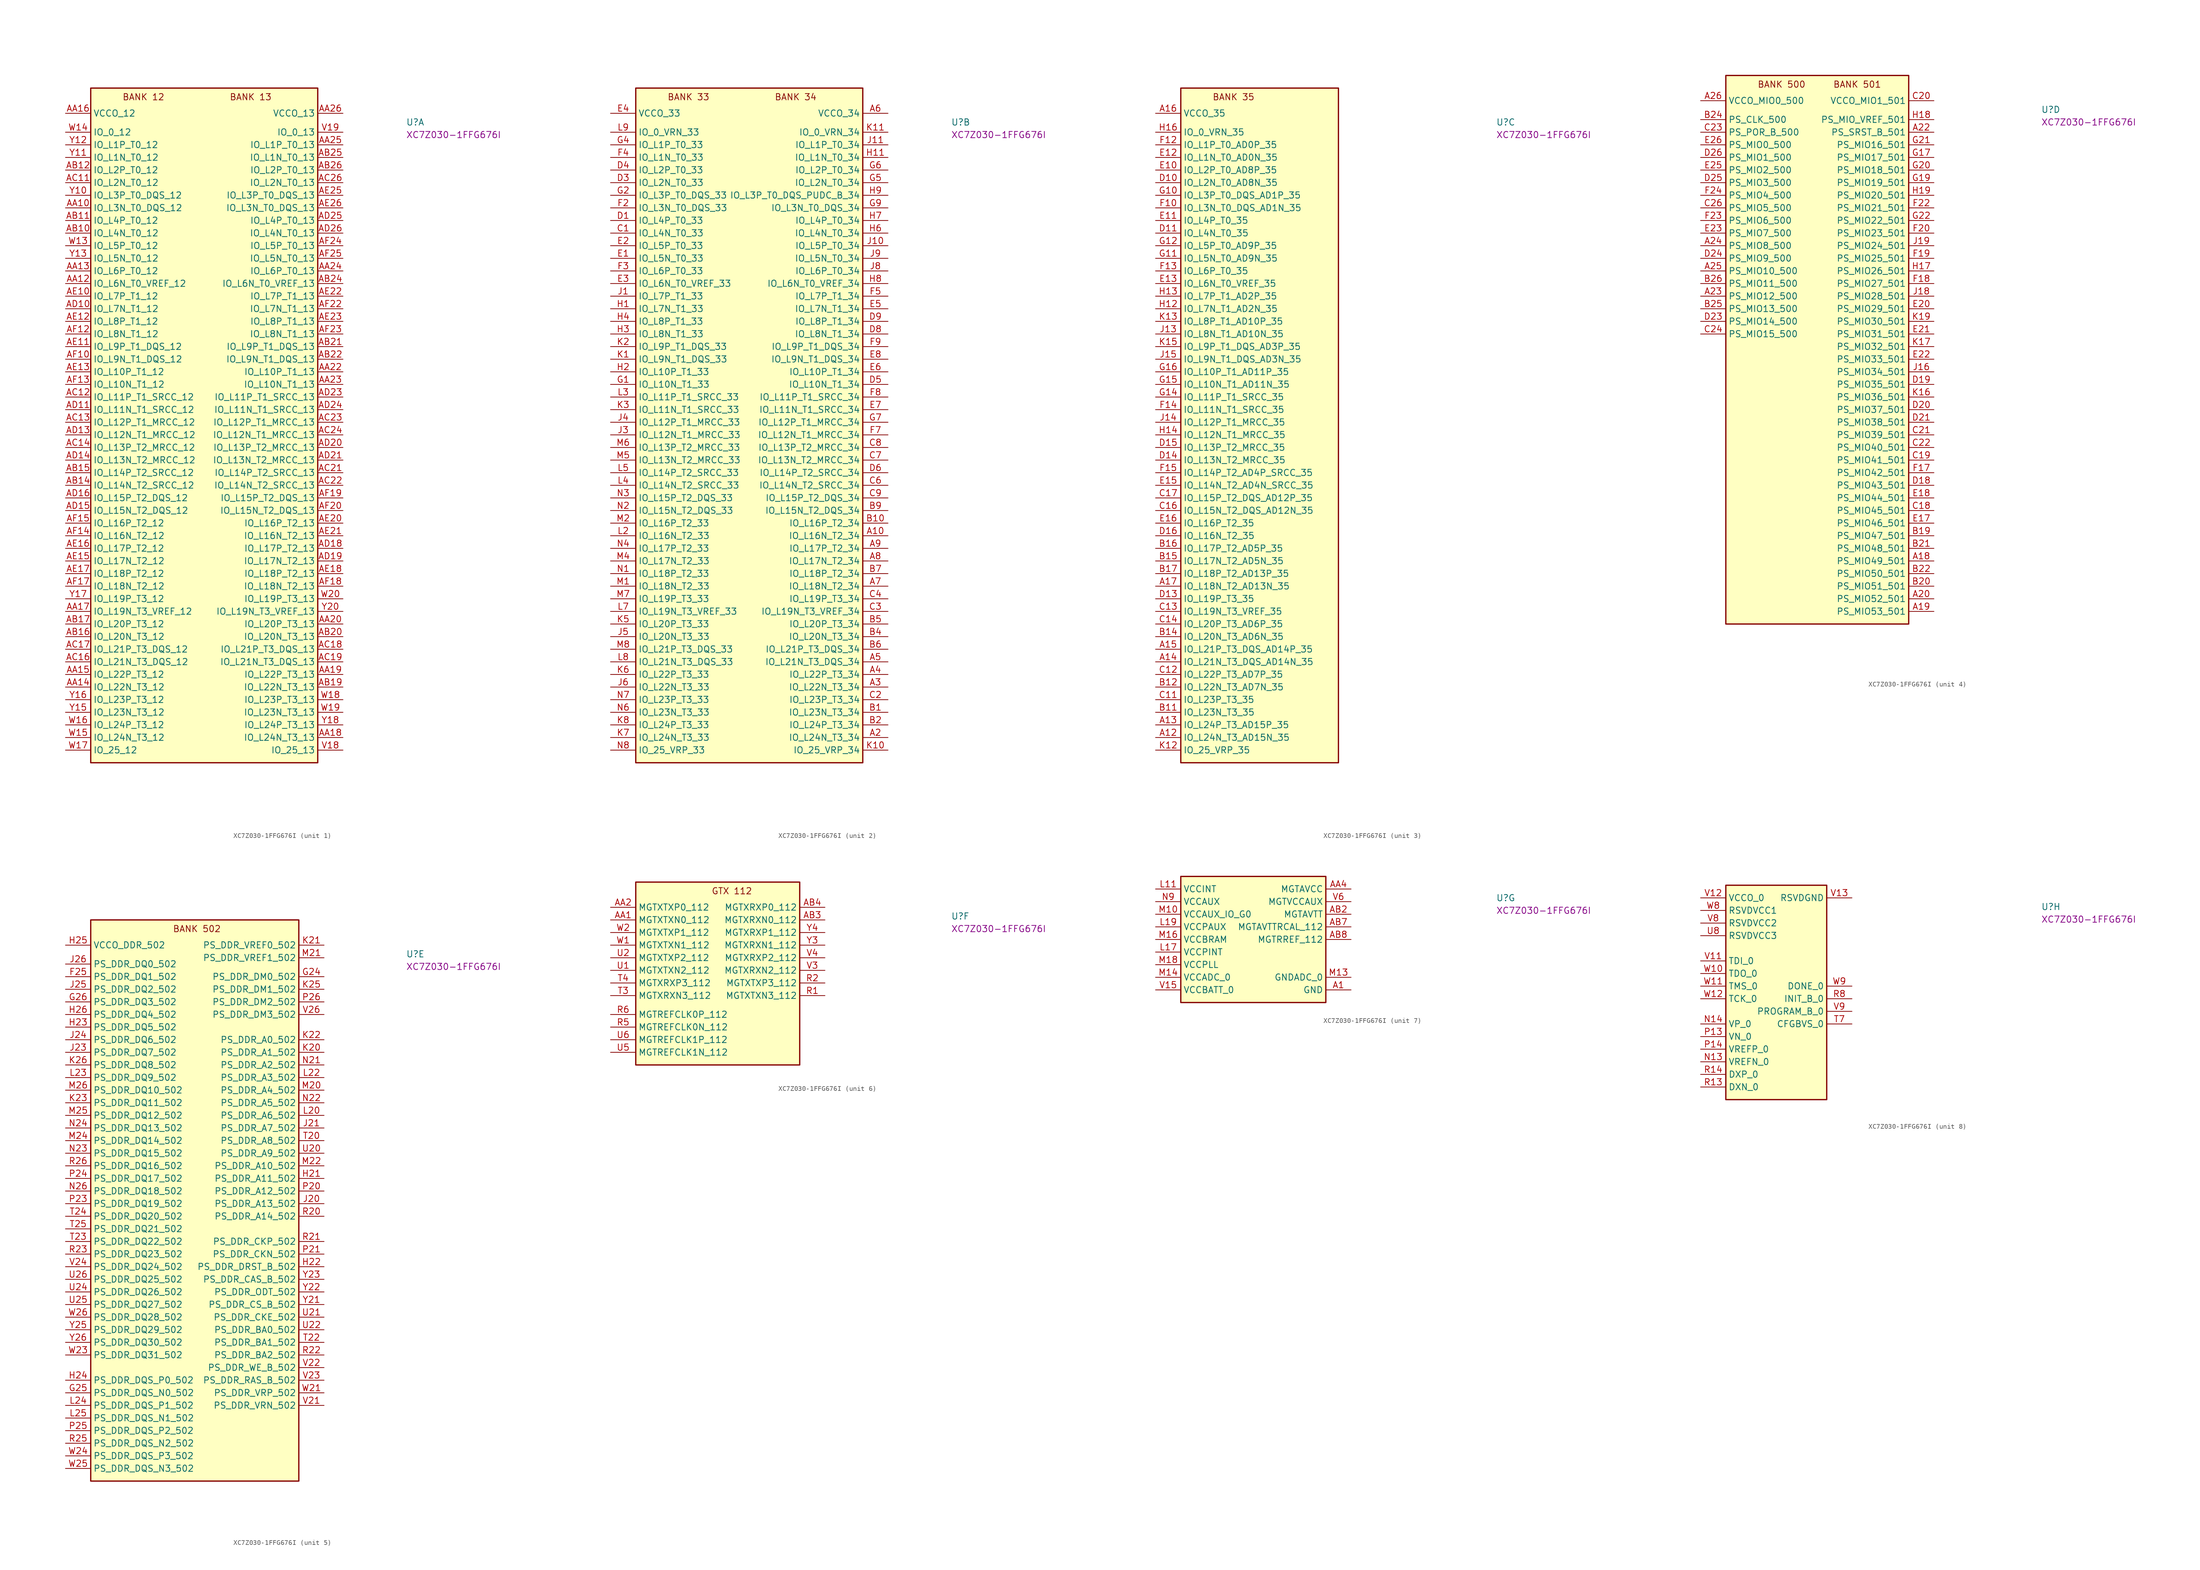
<source format=kicad_sym>
(kicad_symbol_lib
  (version 20220914)
  (generator kicad_symbol_editor)
  (symbol "XC7Z030-1FFG676I"
    (property "Reference" "U"
      (at 68.58 -2.54 0)
      (effects (font (size 1.27 1.27) (thickness 0.15)) (justify left bottom)))
    (property "MPN" "XC7Z030-1FFG676I"
      (at 68.58 -5.08 0)
      (effects (font (size 1.27 1.27) (thickness 0.15)) (justify left bottom)))
    (property "ki_locked" ""
      (at 0 0 0)
      (effects (font (size 1.27 1.27))))
    (symbol "XC7Z030-1FFG676I_1_1"
      (rectangle (start 5.08 5.08) (end 50.8 -130.81) (stroke (width 0.254) (type default)) (fill (type background)))
      (text "BANK 12" (at 11.43 2.54 0) (effects (font (size 1.27 1.27) (thickness 0.15)) (justify left bottom)))
      (text "BANK 13" (at 33.02 2.54 0) (effects (font (size 1.27 1.27) (thickness 0.15)) (justify left bottom)))
      (pin bidirectional line (at 0 -19.05 0) (length 5.08) (name "IO_L3N_T0_DQS_12" (effects (font (size 1.27 1.27)))) (number "AA10" (effects (font (size 1.27 1.27)))))
      (pin bidirectional line (at 0 -34.29 0) (length 5.08) (name "IO_L6N_T0_VREF_12" (effects (font (size 1.27 1.27)))) (number "AA12" (effects (font (size 1.27 1.27)))))
      (pin bidirectional line (at 0 -31.75 0) (length 5.08) (name "IO_L6P_T0_12" (effects (font (size 1.27 1.27)))) (number "AA13" (effects (font (size 1.27 1.27)))))
      (pin bidirectional line (at 0 -115.57 0) (length 5.08) (name "IO_L22N_T3_12" (effects (font (size 1.27 1.27)))) (number "AA14" (effects (font (size 1.27 1.27)))))
      (pin bidirectional line (at 0 -113.03 0) (length 5.08) (name "IO_L22P_T3_12" (effects (font (size 1.27 1.27)))) (number "AA15" (effects (font (size 1.27 1.27)))))
      (pin power_in line (at 0 0 0) (length 5.08) (name "VCCO_12" (effects (font (size 1.27 1.27)))) (number "AA16" (effects (font (size 1.27 1.27)))))
      (pin bidirectional line (at 0 -100.33 0) (length 5.08) (name "IO_L19N_T3_VREF_12" (effects (font (size 1.27 1.27)))) (number "AA17" (effects (font (size 1.27 1.27)))))
      (pin bidirectional line (at 55.88 -125.73 180) (length 5.08) (name "IO_L24N_T3_13" (effects (font (size 1.27 1.27)))) (number "AA18" (effects (font (size 1.27 1.27)))))
      (pin bidirectional line (at 55.88 -113.03 180) (length 5.08) (name "IO_L22P_T3_13" (effects (font (size 1.27 1.27)))) (number "AA19" (effects (font (size 1.27 1.27)))))
      (pin bidirectional line (at 55.88 -102.87 180) (length 5.08) (name "IO_L20P_T3_13" (effects (font (size 1.27 1.27)))) (number "AA20" (effects (font (size 1.27 1.27)))))
      (pin bidirectional line (at 55.88 -52.07 180) (length 5.08) (name "IO_L10P_T1_13" (effects (font (size 1.27 1.27)))) (number "AA22" (effects (font (size 1.27 1.27)))))
      (pin bidirectional line (at 55.88 -54.61 180) (length 5.08) (name "IO_L10N_T1_13" (effects (font (size 1.27 1.27)))) (number "AA23" (effects (font (size 1.27 1.27)))))
      (pin bidirectional line (at 55.88 -31.75 180) (length 5.08) (name "IO_L6P_T0_13" (effects (font (size 1.27 1.27)))) (number "AA24" (effects (font (size 1.27 1.27)))))
      (pin bidirectional line (at 55.88 -6.35 180) (length 5.08) (name "IO_L1P_T0_13" (effects (font (size 1.27 1.27)))) (number "AA25" (effects (font (size 1.27 1.27)))))
      (pin power_in line (at 55.88 0 180) (length 5.08) (name "VCCO_13" (effects (font (size 1.27 1.27)))) (number "AA26" (effects (font (size 1.27 1.27)))))
      (pin bidirectional line (at 0 -24.13 0) (length 5.08) (name "IO_L4N_T0_12" (effects (font (size 1.27 1.27)))) (number "AB10" (effects (font (size 1.27 1.27)))))
      (pin bidirectional line (at 0 -21.59 0) (length 5.08) (name "IO_L4P_T0_12" (effects (font (size 1.27 1.27)))) (number "AB11" (effects (font (size 1.27 1.27)))))
      (pin bidirectional line (at 0 -11.43 0) (length 5.08) (name "IO_L2P_T0_12" (effects (font (size 1.27 1.27)))) (number "AB12" (effects (font (size 1.27 1.27)))))
      (pin passive line (at 0 0 0) (length 5.08) hide (name "VCCO_12" (effects (font (size 1.27 1.27)))) (number "AB13" (effects (font (size 1.27 1.27)))))
      (pin bidirectional line (at 0 -74.93 0) (length 5.08) (name "IO_L14N_T2_SRCC_12" (effects (font (size 1.27 1.27)))) (number "AB14" (effects (font (size 1.27 1.27)))))
      (pin bidirectional line (at 0 -72.39 0) (length 5.08) (name "IO_L14P_T2_SRCC_12" (effects (font (size 1.27 1.27)))) (number "AB15" (effects (font (size 1.27 1.27)))))
      (pin bidirectional line (at 0 -105.41 0) (length 5.08) (name "IO_L20N_T3_12" (effects (font (size 1.27 1.27)))) (number "AB16" (effects (font (size 1.27 1.27)))))
      (pin bidirectional line (at 0 -102.87 0) (length 5.08) (name "IO_L20P_T3_12" (effects (font (size 1.27 1.27)))) (number "AB17" (effects (font (size 1.27 1.27)))))
      (pin bidirectional line (at 55.88 -115.57 180) (length 5.08) (name "IO_L22N_T3_13" (effects (font (size 1.27 1.27)))) (number "AB19" (effects (font (size 1.27 1.27)))))
      (pin bidirectional line (at 55.88 -105.41 180) (length 5.08) (name "IO_L20N_T3_13" (effects (font (size 1.27 1.27)))) (number "AB20" (effects (font (size 1.27 1.27)))))
      (pin bidirectional line (at 55.88 -46.99 180) (length 5.08) (name "IO_L9P_T1_DQS_13" (effects (font (size 1.27 1.27)))) (number "AB21" (effects (font (size 1.27 1.27)))))
      (pin bidirectional line (at 55.88 -49.53 180) (length 5.08) (name "IO_L9N_T1_DQS_13" (effects (font (size 1.27 1.27)))) (number "AB22" (effects (font (size 1.27 1.27)))))
      (pin passive line (at 55.88 0 180) (length 5.08) hide (name "VCCO_13" (effects (font (size 1.27 1.27)))) (number "AB23" (effects (font (size 1.27 1.27)))))
      (pin bidirectional line (at 55.88 -34.29 180) (length 5.08) (name "IO_L6N_T0_VREF_13" (effects (font (size 1.27 1.27)))) (number "AB24" (effects (font (size 1.27 1.27)))))
      (pin bidirectional line (at 55.88 -8.89 180) (length 5.08) (name "IO_L1N_T0_13" (effects (font (size 1.27 1.27)))) (number "AB25" (effects (font (size 1.27 1.27)))))
      (pin bidirectional line (at 55.88 -11.43 180) (length 5.08) (name "IO_L2P_T0_13" (effects (font (size 1.27 1.27)))) (number "AB26" (effects (font (size 1.27 1.27)))))
      (pin passive line (at 0 0 0) (length 5.08) hide (name "VCCO_12" (effects (font (size 1.27 1.27)))) (number "AC10" (effects (font (size 1.27 1.27)))))
      (pin bidirectional line (at 0 -13.97 0) (length 5.08) (name "IO_L2N_T0_12" (effects (font (size 1.27 1.27)))) (number "AC11" (effects (font (size 1.27 1.27)))))
      (pin bidirectional line (at 0 -57.15 0) (length 5.08) (name "IO_L11P_T1_SRCC_12" (effects (font (size 1.27 1.27)))) (number "AC12" (effects (font (size 1.27 1.27)))))
      (pin bidirectional line (at 0 -62.23 0) (length 5.08) (name "IO_L12P_T1_MRCC_12" (effects (font (size 1.27 1.27)))) (number "AC13" (effects (font (size 1.27 1.27)))))
      (pin bidirectional line (at 0 -67.31 0) (length 5.08) (name "IO_L13P_T2_MRCC_12" (effects (font (size 1.27 1.27)))) (number "AC14" (effects (font (size 1.27 1.27)))))
      (pin bidirectional line (at 0 -110.49 0) (length 5.08) (name "IO_L21N_T3_DQS_12" (effects (font (size 1.27 1.27)))) (number "AC16" (effects (font (size 1.27 1.27)))))
      (pin bidirectional line (at 0 -107.95 0) (length 5.08) (name "IO_L21P_T3_DQS_12" (effects (font (size 1.27 1.27)))) (number "AC17" (effects (font (size 1.27 1.27)))))
      (pin bidirectional line (at 55.88 -107.95 180) (length 5.08) (name "IO_L21P_T3_DQS_13" (effects (font (size 1.27 1.27)))) (number "AC18" (effects (font (size 1.27 1.27)))))
      (pin bidirectional line (at 55.88 -110.49 180) (length 5.08) (name "IO_L21N_T3_DQS_13" (effects (font (size 1.27 1.27)))) (number "AC19" (effects (font (size 1.27 1.27)))))
      (pin passive line (at 55.88 0 180) (length 5.08) hide (name "VCCO_13" (effects (font (size 1.27 1.27)))) (number "AC20" (effects (font (size 1.27 1.27)))))
      (pin bidirectional line (at 55.88 -72.39 180) (length 5.08) (name "IO_L14P_T2_SRCC_13" (effects (font (size 1.27 1.27)))) (number "AC21" (effects (font (size 1.27 1.27)))))
      (pin bidirectional line (at 55.88 -74.93 180) (length 5.08) (name "IO_L14N_T2_SRCC_13" (effects (font (size 1.27 1.27)))) (number "AC22" (effects (font (size 1.27 1.27)))))
      (pin bidirectional line (at 55.88 -62.23 180) (length 5.08) (name "IO_L12P_T1_MRCC_13" (effects (font (size 1.27 1.27)))) (number "AC23" (effects (font (size 1.27 1.27)))))
      (pin bidirectional line (at 55.88 -64.77 180) (length 5.08) (name "IO_L12N_T1_MRCC_13" (effects (font (size 1.27 1.27)))) (number "AC24" (effects (font (size 1.27 1.27)))))
      (pin bidirectional line (at 55.88 -13.97 180) (length 5.08) (name "IO_L2N_T0_13" (effects (font (size 1.27 1.27)))) (number "AC26" (effects (font (size 1.27 1.27)))))
      (pin bidirectional line (at 0 -39.37 0) (length 5.08) (name "IO_L7N_T1_12" (effects (font (size 1.27 1.27)))) (number "AD10" (effects (font (size 1.27 1.27)))))
      (pin bidirectional line (at 0 -59.69 0) (length 5.08) (name "IO_L11N_T1_SRCC_12" (effects (font (size 1.27 1.27)))) (number "AD11" (effects (font (size 1.27 1.27)))))
      (pin bidirectional line (at 0 -64.77 0) (length 5.08) (name "IO_L12N_T1_MRCC_12" (effects (font (size 1.27 1.27)))) (number "AD13" (effects (font (size 1.27 1.27)))))
      (pin bidirectional line (at 0 -69.85 0) (length 5.08) (name "IO_L13N_T2_MRCC_12" (effects (font (size 1.27 1.27)))) (number "AD14" (effects (font (size 1.27 1.27)))))
      (pin bidirectional line (at 0 -80.01 0) (length 5.08) (name "IO_L15N_T2_DQS_12" (effects (font (size 1.27 1.27)))) (number "AD15" (effects (font (size 1.27 1.27)))))
      (pin bidirectional line (at 0 -77.47 0) (length 5.08) (name "IO_L15P_T2_DQS_12" (effects (font (size 1.27 1.27)))) (number "AD16" (effects (font (size 1.27 1.27)))))
      (pin passive line (at 0 0 0) (length 5.08) hide (name "VCCO_12" (effects (font (size 1.27 1.27)))) (number "AD17" (effects (font (size 1.27 1.27)))))
      (pin bidirectional line (at 55.88 -87.63 180) (length 5.08) (name "IO_L17P_T2_13" (effects (font (size 1.27 1.27)))) (number "AD18" (effects (font (size 1.27 1.27)))))
      (pin bidirectional line (at 55.88 -90.17 180) (length 5.08) (name "IO_L17N_T2_13" (effects (font (size 1.27 1.27)))) (number "AD19" (effects (font (size 1.27 1.27)))))
      (pin bidirectional line (at 55.88 -67.31 180) (length 5.08) (name "IO_L13P_T2_MRCC_13" (effects (font (size 1.27 1.27)))) (number "AD20" (effects (font (size 1.27 1.27)))))
      (pin bidirectional line (at 55.88 -69.85 180) (length 5.08) (name "IO_L13N_T2_MRCC_13" (effects (font (size 1.27 1.27)))) (number "AD21" (effects (font (size 1.27 1.27)))))
      (pin bidirectional line (at 55.88 -57.15 180) (length 5.08) (name "IO_L11P_T1_SRCC_13" (effects (font (size 1.27 1.27)))) (number "AD23" (effects (font (size 1.27 1.27)))))
      (pin bidirectional line (at 55.88 -59.69 180) (length 5.08) (name "IO_L11N_T1_SRCC_13" (effects (font (size 1.27 1.27)))) (number "AD24" (effects (font (size 1.27 1.27)))))
      (pin bidirectional line (at 55.88 -21.59 180) (length 5.08) (name "IO_L4P_T0_13" (effects (font (size 1.27 1.27)))) (number "AD25" (effects (font (size 1.27 1.27)))))
      (pin bidirectional line (at 55.88 -24.13 180) (length 5.08) (name "IO_L4N_T0_13" (effects (font (size 1.27 1.27)))) (number "AD26" (effects (font (size 1.27 1.27)))))
      (pin bidirectional line (at 0 -36.83 0) (length 5.08) (name "IO_L7P_T1_12" (effects (font (size 1.27 1.27)))) (number "AE10" (effects (font (size 1.27 1.27)))))
      (pin bidirectional line (at 0 -46.99 0) (length 5.08) (name "IO_L9P_T1_DQS_12" (effects (font (size 1.27 1.27)))) (number "AE11" (effects (font (size 1.27 1.27)))))
      (pin bidirectional line (at 0 -41.91 0) (length 5.08) (name "IO_L8P_T1_12" (effects (font (size 1.27 1.27)))) (number "AE12" (effects (font (size 1.27 1.27)))))
      (pin bidirectional line (at 0 -52.07 0) (length 5.08) (name "IO_L10P_T1_12" (effects (font (size 1.27 1.27)))) (number "AE13" (effects (font (size 1.27 1.27)))))
      (pin passive line (at 0 0 0) (length 5.08) hide (name "VCCO_12" (effects (font (size 1.27 1.27)))) (number "AE14" (effects (font (size 1.27 1.27)))))
      (pin bidirectional line (at 0 -90.17 0) (length 5.08) (name "IO_L17N_T2_12" (effects (font (size 1.27 1.27)))) (number "AE15" (effects (font (size 1.27 1.27)))))
      (pin bidirectional line (at 0 -87.63 0) (length 5.08) (name "IO_L17P_T2_12" (effects (font (size 1.27 1.27)))) (number "AE16" (effects (font (size 1.27 1.27)))))
      (pin bidirectional line (at 0 -92.71 0) (length 5.08) (name "IO_L18P_T2_12" (effects (font (size 1.27 1.27)))) (number "AE17" (effects (font (size 1.27 1.27)))))
      (pin bidirectional line (at 55.88 -92.71 180) (length 5.08) (name "IO_L18P_T2_13" (effects (font (size 1.27 1.27)))) (number "AE18" (effects (font (size 1.27 1.27)))))
      (pin bidirectional line (at 55.88 -82.55 180) (length 5.08) (name "IO_L16P_T2_13" (effects (font (size 1.27 1.27)))) (number "AE20" (effects (font (size 1.27 1.27)))))
      (pin bidirectional line (at 55.88 -85.09 180) (length 5.08) (name "IO_L16N_T2_13" (effects (font (size 1.27 1.27)))) (number "AE21" (effects (font (size 1.27 1.27)))))
      (pin bidirectional line (at 55.88 -36.83 180) (length 5.08) (name "IO_L7P_T1_13" (effects (font (size 1.27 1.27)))) (number "AE22" (effects (font (size 1.27 1.27)))))
      (pin bidirectional line (at 55.88 -41.91 180) (length 5.08) (name "IO_L8P_T1_13" (effects (font (size 1.27 1.27)))) (number "AE23" (effects (font (size 1.27 1.27)))))
      (pin passive line (at 55.88 0 180) (length 5.08) hide (name "VCCO_13" (effects (font (size 1.27 1.27)))) (number "AE24" (effects (font (size 1.27 1.27)))))
      (pin bidirectional line (at 55.88 -16.51 180) (length 5.08) (name "IO_L3P_T0_DQS_13" (effects (font (size 1.27 1.27)))) (number "AE25" (effects (font (size 1.27 1.27)))))
      (pin bidirectional line (at 55.88 -19.05 180) (length 5.08) (name "IO_L3N_T0_DQS_13" (effects (font (size 1.27 1.27)))) (number "AE26" (effects (font (size 1.27 1.27)))))
      (pin bidirectional line (at 0 -49.53 0) (length 5.08) (name "IO_L9N_T1_DQS_12" (effects (font (size 1.27 1.27)))) (number "AF10" (effects (font (size 1.27 1.27)))))
      (pin passive line (at 0 0 0) (length 5.08) hide (name "VCCO_12" (effects (font (size 1.27 1.27)))) (number "AF11" (effects (font (size 1.27 1.27)))))
      (pin bidirectional line (at 0 -44.45 0) (length 5.08) (name "IO_L8N_T1_12" (effects (font (size 1.27 1.27)))) (number "AF12" (effects (font (size 1.27 1.27)))))
      (pin bidirectional line (at 0 -54.61 0) (length 5.08) (name "IO_L10N_T1_12" (effects (font (size 1.27 1.27)))) (number "AF13" (effects (font (size 1.27 1.27)))))
      (pin bidirectional line (at 0 -85.09 0) (length 5.08) (name "IO_L16N_T2_12" (effects (font (size 1.27 1.27)))) (number "AF14" (effects (font (size 1.27 1.27)))))
      (pin bidirectional line (at 0 -82.55 0) (length 5.08) (name "IO_L16P_T2_12" (effects (font (size 1.27 1.27)))) (number "AF15" (effects (font (size 1.27 1.27)))))
      (pin bidirectional line (at 0 -95.25 0) (length 5.08) (name "IO_L18N_T2_12" (effects (font (size 1.27 1.27)))) (number "AF17" (effects (font (size 1.27 1.27)))))
      (pin bidirectional line (at 55.88 -95.25 180) (length 5.08) (name "IO_L18N_T2_13" (effects (font (size 1.27 1.27)))) (number "AF18" (effects (font (size 1.27 1.27)))))
      (pin bidirectional line (at 55.88 -77.47 180) (length 5.08) (name "IO_L15P_T2_DQS_13" (effects (font (size 1.27 1.27)))) (number "AF19" (effects (font (size 1.27 1.27)))))
      (pin bidirectional line (at 55.88 -80.01 180) (length 5.08) (name "IO_L15N_T2_DQS_13" (effects (font (size 1.27 1.27)))) (number "AF20" (effects (font (size 1.27 1.27)))))
      (pin passive line (at 55.88 0 180) (length 5.08) hide (name "VCCO_13" (effects (font (size 1.27 1.27)))) (number "AF21" (effects (font (size 1.27 1.27)))))
      (pin bidirectional line (at 55.88 -39.37 180) (length 5.08) (name "IO_L7N_T1_13" (effects (font (size 1.27 1.27)))) (number "AF22" (effects (font (size 1.27 1.27)))))
      (pin bidirectional line (at 55.88 -44.45 180) (length 5.08) (name "IO_L8N_T1_13" (effects (font (size 1.27 1.27)))) (number "AF23" (effects (font (size 1.27 1.27)))))
      (pin bidirectional line (at 55.88 -26.67 180) (length 5.08) (name "IO_L5P_T0_13" (effects (font (size 1.27 1.27)))) (number "AF24" (effects (font (size 1.27 1.27)))))
      (pin bidirectional line (at 55.88 -29.21 180) (length 5.08) (name "IO_L5N_T0_13" (effects (font (size 1.27 1.27)))) (number "AF25" (effects (font (size 1.27 1.27)))))
      (pin bidirectional line (at 55.88 -128.27 180) (length 5.08) (name "IO_25_13" (effects (font (size 1.27 1.27)))) (number "V18" (effects (font (size 1.27 1.27)))))
      (pin bidirectional line (at 55.88 -3.81 180) (length 5.08) (name "IO_0_13" (effects (font (size 1.27 1.27)))) (number "V19" (effects (font (size 1.27 1.27)))))
      (pin bidirectional line (at 0 -26.67 0) (length 5.08) (name "IO_L5P_T0_12" (effects (font (size 1.27 1.27)))) (number "W13" (effects (font (size 1.27 1.27)))))
      (pin bidirectional line (at 0 -3.81 0) (length 5.08) (name "IO_0_12" (effects (font (size 1.27 1.27)))) (number "W14" (effects (font (size 1.27 1.27)))))
      (pin bidirectional line (at 0 -125.73 0) (length 5.08) (name "IO_L24N_T3_12" (effects (font (size 1.27 1.27)))) (number "W15" (effects (font (size 1.27 1.27)))))
      (pin bidirectional line (at 0 -123.19 0) (length 5.08) (name "IO_L24P_T3_12" (effects (font (size 1.27 1.27)))) (number "W16" (effects (font (size 1.27 1.27)))))
      (pin bidirectional line (at 0 -128.27 0) (length 5.08) (name "IO_25_12" (effects (font (size 1.27 1.27)))) (number "W17" (effects (font (size 1.27 1.27)))))
      (pin bidirectional line (at 55.88 -118.11 180) (length 5.08) (name "IO_L23P_T3_13" (effects (font (size 1.27 1.27)))) (number "W18" (effects (font (size 1.27 1.27)))))
      (pin bidirectional line (at 55.88 -120.65 180) (length 5.08) (name "IO_L23N_T3_13" (effects (font (size 1.27 1.27)))) (number "W19" (effects (font (size 1.27 1.27)))))
      (pin bidirectional line (at 55.88 -97.79 180) (length 5.08) (name "IO_L19P_T3_13" (effects (font (size 1.27 1.27)))) (number "W20" (effects (font (size 1.27 1.27)))))
      (pin bidirectional line (at 0 -16.51 0) (length 5.08) (name "IO_L3P_T0_DQS_12" (effects (font (size 1.27 1.27)))) (number "Y10" (effects (font (size 1.27 1.27)))))
      (pin bidirectional line (at 0 -8.89 0) (length 5.08) (name "IO_L1N_T0_12" (effects (font (size 1.27 1.27)))) (number "Y11" (effects (font (size 1.27 1.27)))))
      (pin bidirectional line (at 0 -6.35 0) (length 5.08) (name "IO_L1P_T0_12" (effects (font (size 1.27 1.27)))) (number "Y12" (effects (font (size 1.27 1.27)))))
      (pin bidirectional line (at 0 -29.21 0) (length 5.08) (name "IO_L5N_T0_12" (effects (font (size 1.27 1.27)))) (number "Y13" (effects (font (size 1.27 1.27)))))
      (pin bidirectional line (at 0 -120.65 0) (length 5.08) (name "IO_L23N_T3_12" (effects (font (size 1.27 1.27)))) (number "Y15" (effects (font (size 1.27 1.27)))))
      (pin bidirectional line (at 0 -118.11 0) (length 5.08) (name "IO_L23P_T3_12" (effects (font (size 1.27 1.27)))) (number "Y16" (effects (font (size 1.27 1.27)))))
      (pin bidirectional line (at 0 -97.79 0) (length 5.08) (name "IO_L19P_T3_12" (effects (font (size 1.27 1.27)))) (number "Y17" (effects (font (size 1.27 1.27)))))
      (pin bidirectional line (at 55.88 -123.19 180) (length 5.08) (name "IO_L24P_T3_13" (effects (font (size 1.27 1.27)))) (number "Y18" (effects (font (size 1.27 1.27)))))
      (pin passive line (at 55.88 0 180) (length 5.08) hide (name "VCCO_13" (effects (font (size 1.27 1.27)))) (number "Y19" (effects (font (size 1.27 1.27)))))
      (pin bidirectional line (at 55.88 -100.33 180) (length 5.08) (name "IO_L19N_T3_VREF_13" (effects (font (size 1.27 1.27)))) (number "Y20" (effects (font (size 1.27 1.27))))))
    (symbol "XC7Z030-1FFG676I_2_1"
      (rectangle (start 5.08 5.08) (end 50.8 -130.81) (stroke (width 0.254) (type default)) (fill (type background)))
      (text "BANK 33" (at 11.43 2.54 0) (effects (font (size 1.27 1.27) (thickness 0.15)) (justify left bottom)))
      (text "BANK 34" (at 33.02 2.54 0) (effects (font (size 1.27 1.27) (thickness 0.15)) (justify left bottom)))
      (pin bidirectional line (at 55.88 -85.09 180) (length 5.08) (name "IO_L16N_T2_34" (effects (font (size 1.27 1.27)))) (number "A10" (effects (font (size 1.27 1.27)))))
      (pin bidirectional line (at 55.88 -125.73 180) (length 5.08) (name "IO_L24N_T3_34" (effects (font (size 1.27 1.27)))) (number "A2" (effects (font (size 1.27 1.27)))))
      (pin bidirectional line (at 55.88 -115.57 180) (length 5.08) (name "IO_L22N_T3_34" (effects (font (size 1.27 1.27)))) (number "A3" (effects (font (size 1.27 1.27)))))
      (pin bidirectional line (at 55.88 -113.03 180) (length 5.08) (name "IO_L22P_T3_34" (effects (font (size 1.27 1.27)))) (number "A4" (effects (font (size 1.27 1.27)))))
      (pin bidirectional line (at 55.88 -110.49 180) (length 5.08) (name "IO_L21N_T3_DQS_34" (effects (font (size 1.27 1.27)))) (number "A5" (effects (font (size 1.27 1.27)))))
      (pin power_in line (at 55.88 0 180) (length 5.08) (name "VCCO_34" (effects (font (size 1.27 1.27)))) (number "A6" (effects (font (size 1.27 1.27)))))
      (pin bidirectional line (at 55.88 -95.25 180) (length 5.08) (name "IO_L18N_T2_34" (effects (font (size 1.27 1.27)))) (number "A7" (effects (font (size 1.27 1.27)))))
      (pin bidirectional line (at 55.88 -90.17 180) (length 5.08) (name "IO_L17N_T2_34" (effects (font (size 1.27 1.27)))) (number "A8" (effects (font (size 1.27 1.27)))))
      (pin bidirectional line (at 55.88 -87.63 180) (length 5.08) (name "IO_L17P_T2_34" (effects (font (size 1.27 1.27)))) (number "A9" (effects (font (size 1.27 1.27)))))
      (pin bidirectional line (at 55.88 -120.65 180) (length 5.08) (name "IO_L23N_T3_34" (effects (font (size 1.27 1.27)))) (number "B1" (effects (font (size 1.27 1.27)))))
      (pin bidirectional line (at 55.88 -82.55 180) (length 5.08) (name "IO_L16P_T2_34" (effects (font (size 1.27 1.27)))) (number "B10" (effects (font (size 1.27 1.27)))))
      (pin bidirectional line (at 55.88 -123.19 180) (length 5.08) (name "IO_L24P_T3_34" (effects (font (size 1.27 1.27)))) (number "B2" (effects (font (size 1.27 1.27)))))
      (pin passive line (at 55.88 0 180) (length 5.08) hide (name "VCCO_34" (effects (font (size 1.27 1.27)))) (number "B3" (effects (font (size 1.27 1.27)))))
      (pin bidirectional line (at 55.88 -105.41 180) (length 5.08) (name "IO_L20N_T3_34" (effects (font (size 1.27 1.27)))) (number "B4" (effects (font (size 1.27 1.27)))))
      (pin bidirectional line (at 55.88 -102.87 180) (length 5.08) (name "IO_L20P_T3_34" (effects (font (size 1.27 1.27)))) (number "B5" (effects (font (size 1.27 1.27)))))
      (pin bidirectional line (at 55.88 -107.95 180) (length 5.08) (name "IO_L21P_T3_DQS_34" (effects (font (size 1.27 1.27)))) (number "B6" (effects (font (size 1.27 1.27)))))
      (pin bidirectional line (at 55.88 -92.71 180) (length 5.08) (name "IO_L18P_T2_34" (effects (font (size 1.27 1.27)))) (number "B7" (effects (font (size 1.27 1.27)))))
      (pin bidirectional line (at 55.88 -80.01 180) (length 5.08) (name "IO_L15N_T2_DQS_34" (effects (font (size 1.27 1.27)))) (number "B9" (effects (font (size 1.27 1.27)))))
      (pin bidirectional line (at 0 -24.13 0) (length 5.08) (name "IO_L4N_T0_33" (effects (font (size 1.27 1.27)))) (number "C1" (effects (font (size 1.27 1.27)))))
      (pin passive line (at 55.88 0 180) (length 5.08) hide (name "VCCO_34" (effects (font (size 1.27 1.27)))) (number "C10" (effects (font (size 1.27 1.27)))))
      (pin bidirectional line (at 55.88 -118.11 180) (length 5.08) (name "IO_L23P_T3_34" (effects (font (size 1.27 1.27)))) (number "C2" (effects (font (size 1.27 1.27)))))
      (pin bidirectional line (at 55.88 -100.33 180) (length 5.08) (name "IO_L19N_T3_VREF_34" (effects (font (size 1.27 1.27)))) (number "C3" (effects (font (size 1.27 1.27)))))
      (pin bidirectional line (at 55.88 -97.79 180) (length 5.08) (name "IO_L19P_T3_34" (effects (font (size 1.27 1.27)))) (number "C4" (effects (font (size 1.27 1.27)))))
      (pin bidirectional line (at 55.88 -74.93 180) (length 5.08) (name "IO_L14N_T2_SRCC_34" (effects (font (size 1.27 1.27)))) (number "C6" (effects (font (size 1.27 1.27)))))
      (pin bidirectional line (at 55.88 -69.85 180) (length 5.08) (name "IO_L13N_T2_MRCC_34" (effects (font (size 1.27 1.27)))) (number "C7" (effects (font (size 1.27 1.27)))))
      (pin bidirectional line (at 55.88 -67.31 180) (length 5.08) (name "IO_L13P_T2_MRCC_34" (effects (font (size 1.27 1.27)))) (number "C8" (effects (font (size 1.27 1.27)))))
      (pin bidirectional line (at 55.88 -77.47 180) (length 5.08) (name "IO_L15P_T2_DQS_34" (effects (font (size 1.27 1.27)))) (number "C9" (effects (font (size 1.27 1.27)))))
      (pin bidirectional line (at 0 -21.59 0) (length 5.08) (name "IO_L4P_T0_33" (effects (font (size 1.27 1.27)))) (number "D1" (effects (font (size 1.27 1.27)))))
      (pin bidirectional line (at 0 -13.97 0) (length 5.08) (name "IO_L2N_T0_33" (effects (font (size 1.27 1.27)))) (number "D3" (effects (font (size 1.27 1.27)))))
      (pin bidirectional line (at 0 -11.43 0) (length 5.08) (name "IO_L2P_T0_33" (effects (font (size 1.27 1.27)))) (number "D4" (effects (font (size 1.27 1.27)))))
      (pin bidirectional line (at 55.88 -54.61 180) (length 5.08) (name "IO_L10N_T1_34" (effects (font (size 1.27 1.27)))) (number "D5" (effects (font (size 1.27 1.27)))))
      (pin bidirectional line (at 55.88 -72.39 180) (length 5.08) (name "IO_L14P_T2_SRCC_34" (effects (font (size 1.27 1.27)))) (number "D6" (effects (font (size 1.27 1.27)))))
      (pin passive line (at 55.88 0 180) (length 5.08) hide (name "VCCO_34" (effects (font (size 1.27 1.27)))) (number "D7" (effects (font (size 1.27 1.27)))))
      (pin bidirectional line (at 55.88 -44.45 180) (length 5.08) (name "IO_L8N_T1_34" (effects (font (size 1.27 1.27)))) (number "D8" (effects (font (size 1.27 1.27)))))
      (pin bidirectional line (at 55.88 -41.91 180) (length 5.08) (name "IO_L8P_T1_34" (effects (font (size 1.27 1.27)))) (number "D9" (effects (font (size 1.27 1.27)))))
      (pin bidirectional line (at 0 -29.21 0) (length 5.08) (name "IO_L5N_T0_33" (effects (font (size 1.27 1.27)))) (number "E1" (effects (font (size 1.27 1.27)))))
      (pin bidirectional line (at 0 -26.67 0) (length 5.08) (name "IO_L5P_T0_33" (effects (font (size 1.27 1.27)))) (number "E2" (effects (font (size 1.27 1.27)))))
      (pin bidirectional line (at 0 -34.29 0) (length 5.08) (name "IO_L6N_T0_VREF_33" (effects (font (size 1.27 1.27)))) (number "E3" (effects (font (size 1.27 1.27)))))
      (pin power_in line (at 0 0 0) (length 5.08) (name "VCCO_33" (effects (font (size 1.27 1.27)))) (number "E4" (effects (font (size 1.27 1.27)))))
      (pin bidirectional line (at 55.88 -39.37 180) (length 5.08) (name "IO_L7N_T1_34" (effects (font (size 1.27 1.27)))) (number "E5" (effects (font (size 1.27 1.27)))))
      (pin bidirectional line (at 55.88 -52.07 180) (length 5.08) (name "IO_L10P_T1_34" (effects (font (size 1.27 1.27)))) (number "E6" (effects (font (size 1.27 1.27)))))
      (pin bidirectional line (at 55.88 -59.69 180) (length 5.08) (name "IO_L11N_T1_SRCC_34" (effects (font (size 1.27 1.27)))) (number "E7" (effects (font (size 1.27 1.27)))))
      (pin bidirectional line (at 55.88 -49.53 180) (length 5.08) (name "IO_L9N_T1_DQS_34" (effects (font (size 1.27 1.27)))) (number "E8" (effects (font (size 1.27 1.27)))))
      (pin passive line (at 0 0 0) (length 5.08) hide (name "VCCO_33" (effects (font (size 1.27 1.27)))) (number "F1" (effects (font (size 1.27 1.27)))))
      (pin bidirectional line (at 0 -19.05 0) (length 5.08) (name "IO_L3N_T0_DQS_33" (effects (font (size 1.27 1.27)))) (number "F2" (effects (font (size 1.27 1.27)))))
      (pin bidirectional line (at 0 -31.75 0) (length 5.08) (name "IO_L6P_T0_33" (effects (font (size 1.27 1.27)))) (number "F3" (effects (font (size 1.27 1.27)))))
      (pin bidirectional line (at 0 -8.89 0) (length 5.08) (name "IO_L1N_T0_33" (effects (font (size 1.27 1.27)))) (number "F4" (effects (font (size 1.27 1.27)))))
      (pin bidirectional line (at 55.88 -36.83 180) (length 5.08) (name "IO_L7P_T1_34" (effects (font (size 1.27 1.27)))) (number "F5" (effects (font (size 1.27 1.27)))))
      (pin bidirectional line (at 55.88 -64.77 180) (length 5.08) (name "IO_L12N_T1_MRCC_34" (effects (font (size 1.27 1.27)))) (number "F7" (effects (font (size 1.27 1.27)))))
      (pin bidirectional line (at 55.88 -57.15 180) (length 5.08) (name "IO_L11P_T1_SRCC_34" (effects (font (size 1.27 1.27)))) (number "F8" (effects (font (size 1.27 1.27)))))
      (pin bidirectional line (at 55.88 -46.99 180) (length 5.08) (name "IO_L9P_T1_DQS_34" (effects (font (size 1.27 1.27)))) (number "F9" (effects (font (size 1.27 1.27)))))
      (pin bidirectional line (at 0 -54.61 0) (length 5.08) (name "IO_L10N_T1_33" (effects (font (size 1.27 1.27)))) (number "G1" (effects (font (size 1.27 1.27)))))
      (pin bidirectional line (at 0 -16.51 0) (length 5.08) (name "IO_L3P_T0_DQS_33" (effects (font (size 1.27 1.27)))) (number "G2" (effects (font (size 1.27 1.27)))))
      (pin bidirectional line (at 0 -6.35 0) (length 5.08) (name "IO_L1P_T0_33" (effects (font (size 1.27 1.27)))) (number "G4" (effects (font (size 1.27 1.27)))))
      (pin bidirectional line (at 55.88 -13.97 180) (length 5.08) (name "IO_L2N_T0_34" (effects (font (size 1.27 1.27)))) (number "G5" (effects (font (size 1.27 1.27)))))
      (pin bidirectional line (at 55.88 -11.43 180) (length 5.08) (name "IO_L2P_T0_34" (effects (font (size 1.27 1.27)))) (number "G6" (effects (font (size 1.27 1.27)))))
      (pin bidirectional line (at 55.88 -62.23 180) (length 5.08) (name "IO_L12P_T1_MRCC_34" (effects (font (size 1.27 1.27)))) (number "G7" (effects (font (size 1.27 1.27)))))
      (pin passive line (at 55.88 0 180) (length 5.08) hide (name "VCCO_34" (effects (font (size 1.27 1.27)))) (number "G8" (effects (font (size 1.27 1.27)))))
      (pin bidirectional line (at 55.88 -19.05 180) (length 5.08) (name "IO_L3N_T0_DQS_34" (effects (font (size 1.27 1.27)))) (number "G9" (effects (font (size 1.27 1.27)))))
      (pin bidirectional line (at 0 -39.37 0) (length 5.08) (name "IO_L7N_T1_33" (effects (font (size 1.27 1.27)))) (number "H1" (effects (font (size 1.27 1.27)))))
      (pin bidirectional line (at 55.88 -8.89 180) (length 5.08) (name "IO_L1N_T0_34" (effects (font (size 1.27 1.27)))) (number "H11" (effects (font (size 1.27 1.27)))))
      (pin bidirectional line (at 0 -52.07 0) (length 5.08) (name "IO_L10P_T1_33" (effects (font (size 1.27 1.27)))) (number "H2" (effects (font (size 1.27 1.27)))))
      (pin bidirectional line (at 0 -44.45 0) (length 5.08) (name "IO_L8N_T1_33" (effects (font (size 1.27 1.27)))) (number "H3" (effects (font (size 1.27 1.27)))))
      (pin bidirectional line (at 0 -41.91 0) (length 5.08) (name "IO_L8P_T1_33" (effects (font (size 1.27 1.27)))) (number "H4" (effects (font (size 1.27 1.27)))))
      (pin passive line (at 0 0 0) (length 5.08) hide (name "VCCO_33" (effects (font (size 1.27 1.27)))) (number "H5" (effects (font (size 1.27 1.27)))))
      (pin bidirectional line (at 55.88 -24.13 180) (length 5.08) (name "IO_L4N_T0_34" (effects (font (size 1.27 1.27)))) (number "H6" (effects (font (size 1.27 1.27)))))
      (pin bidirectional line (at 55.88 -21.59 180) (length 5.08) (name "IO_L4P_T0_34" (effects (font (size 1.27 1.27)))) (number "H7" (effects (font (size 1.27 1.27)))))
      (pin bidirectional line (at 55.88 -34.29 180) (length 5.08) (name "IO_L6N_T0_VREF_34" (effects (font (size 1.27 1.27)))) (number "H8" (effects (font (size 1.27 1.27)))))
      (pin bidirectional line (at 55.88 -16.51 180) (length 5.08) (name "IO_L3P_T0_DQS_PUDC_B_34" (effects (font (size 1.27 1.27)))) (number "H9" (effects (font (size 1.27 1.27)))))
      (pin bidirectional line (at 0 -36.83 0) (length 5.08) (name "IO_L7P_T1_33" (effects (font (size 1.27 1.27)))) (number "J1" (effects (font (size 1.27 1.27)))))
      (pin bidirectional line (at 55.88 -26.67 180) (length 5.08) (name "IO_L5P_T0_34" (effects (font (size 1.27 1.27)))) (number "J10" (effects (font (size 1.27 1.27)))))
      (pin bidirectional line (at 55.88 -6.35 180) (length 5.08) (name "IO_L1P_T0_34" (effects (font (size 1.27 1.27)))) (number "J11" (effects (font (size 1.27 1.27)))))
      (pin passive line (at 0 0 0) (length 5.08) hide (name "VCCO_33" (effects (font (size 1.27 1.27)))) (number "J2" (effects (font (size 1.27 1.27)))))
      (pin bidirectional line (at 0 -64.77 0) (length 5.08) (name "IO_L12N_T1_MRCC_33" (effects (font (size 1.27 1.27)))) (number "J3" (effects (font (size 1.27 1.27)))))
      (pin bidirectional line (at 0 -62.23 0) (length 5.08) (name "IO_L12P_T1_MRCC_33" (effects (font (size 1.27 1.27)))) (number "J4" (effects (font (size 1.27 1.27)))))
      (pin bidirectional line (at 0 -105.41 0) (length 5.08) (name "IO_L20N_T3_33" (effects (font (size 1.27 1.27)))) (number "J5" (effects (font (size 1.27 1.27)))))
      (pin bidirectional line (at 0 -115.57 0) (length 5.08) (name "IO_L22N_T3_33" (effects (font (size 1.27 1.27)))) (number "J6" (effects (font (size 1.27 1.27)))))
      (pin bidirectional line (at 55.88 -31.75 180) (length 5.08) (name "IO_L6P_T0_34" (effects (font (size 1.27 1.27)))) (number "J8" (effects (font (size 1.27 1.27)))))
      (pin bidirectional line (at 55.88 -29.21 180) (length 5.08) (name "IO_L5N_T0_34" (effects (font (size 1.27 1.27)))) (number "J9" (effects (font (size 1.27 1.27)))))
      (pin bidirectional line (at 0 -49.53 0) (length 5.08) (name "IO_L9N_T1_DQS_33" (effects (font (size 1.27 1.27)))) (number "K1" (effects (font (size 1.27 1.27)))))
      (pin bidirectional line (at 55.88 -128.27 180) (length 5.08) (name "IO_25_VRP_34" (effects (font (size 1.27 1.27)))) (number "K10" (effects (font (size 1.27 1.27)))))
      (pin bidirectional line (at 55.88 -3.81 180) (length 5.08) (name "IO_0_VRN_34" (effects (font (size 1.27 1.27)))) (number "K11" (effects (font (size 1.27 1.27)))))
      (pin bidirectional line (at 0 -46.99 0) (length 5.08) (name "IO_L9P_T1_DQS_33" (effects (font (size 1.27 1.27)))) (number "K2" (effects (font (size 1.27 1.27)))))
      (pin bidirectional line (at 0 -59.69 0) (length 5.08) (name "IO_L11N_T1_SRCC_33" (effects (font (size 1.27 1.27)))) (number "K3" (effects (font (size 1.27 1.27)))))
      (pin bidirectional line (at 0 -102.87 0) (length 5.08) (name "IO_L20P_T3_33" (effects (font (size 1.27 1.27)))) (number "K5" (effects (font (size 1.27 1.27)))))
      (pin bidirectional line (at 0 -113.03 0) (length 5.08) (name "IO_L22P_T3_33" (effects (font (size 1.27 1.27)))) (number "K6" (effects (font (size 1.27 1.27)))))
      (pin bidirectional line (at 0 -125.73 0) (length 5.08) (name "IO_L24N_T3_33" (effects (font (size 1.27 1.27)))) (number "K7" (effects (font (size 1.27 1.27)))))
      (pin bidirectional line (at 0 -123.19 0) (length 5.08) (name "IO_L24P_T3_33" (effects (font (size 1.27 1.27)))) (number "K8" (effects (font (size 1.27 1.27)))))
      (pin passive line (at 55.88 0 180) (length 5.08) hide (name "VCCO_34" (effects (font (size 1.27 1.27)))) (number "K9" (effects (font (size 1.27 1.27)))))
      (pin bidirectional line (at 0 -85.09 0) (length 5.08) (name "IO_L16N_T2_33" (effects (font (size 1.27 1.27)))) (number "L2" (effects (font (size 1.27 1.27)))))
      (pin bidirectional line (at 0 -57.15 0) (length 5.08) (name "IO_L11P_T1_SRCC_33" (effects (font (size 1.27 1.27)))) (number "L3" (effects (font (size 1.27 1.27)))))
      (pin bidirectional line (at 0 -74.93 0) (length 5.08) (name "IO_L14N_T2_SRCC_33" (effects (font (size 1.27 1.27)))) (number "L4" (effects (font (size 1.27 1.27)))))
      (pin bidirectional line (at 0 -72.39 0) (length 5.08) (name "IO_L14P_T2_SRCC_33" (effects (font (size 1.27 1.27)))) (number "L5" (effects (font (size 1.27 1.27)))))
      (pin passive line (at 0 0 0) (length 5.08) hide (name "VCCO_33" (effects (font (size 1.27 1.27)))) (number "L6" (effects (font (size 1.27 1.27)))))
      (pin bidirectional line (at 0 -100.33 0) (length 5.08) (name "IO_L19N_T3_VREF_33" (effects (font (size 1.27 1.27)))) (number "L7" (effects (font (size 1.27 1.27)))))
      (pin bidirectional line (at 0 -110.49 0) (length 5.08) (name "IO_L21N_T3_DQS_33" (effects (font (size 1.27 1.27)))) (number "L8" (effects (font (size 1.27 1.27)))))
      (pin bidirectional line (at 0 -3.81 0) (length 5.08) (name "IO_0_VRN_33" (effects (font (size 1.27 1.27)))) (number "L9" (effects (font (size 1.27 1.27)))))
      (pin bidirectional line (at 0 -95.25 0) (length 5.08) (name "IO_L18N_T2_33" (effects (font (size 1.27 1.27)))) (number "M1" (effects (font (size 1.27 1.27)))))
      (pin bidirectional line (at 0 -82.55 0) (length 5.08) (name "IO_L16P_T2_33" (effects (font (size 1.27 1.27)))) (number "M2" (effects (font (size 1.27 1.27)))))
      (pin passive line (at 0 0 0) (length 5.08) hide (name "VCCO_33" (effects (font (size 1.27 1.27)))) (number "M3" (effects (font (size 1.27 1.27)))))
      (pin bidirectional line (at 0 -90.17 0) (length 5.08) (name "IO_L17N_T2_33" (effects (font (size 1.27 1.27)))) (number "M4" (effects (font (size 1.27 1.27)))))
      (pin bidirectional line (at 0 -69.85 0) (length 5.08) (name "IO_L13N_T2_MRCC_33" (effects (font (size 1.27 1.27)))) (number "M5" (effects (font (size 1.27 1.27)))))
      (pin bidirectional line (at 0 -67.31 0) (length 5.08) (name "IO_L13P_T2_MRCC_33" (effects (font (size 1.27 1.27)))) (number "M6" (effects (font (size 1.27 1.27)))))
      (pin bidirectional line (at 0 -97.79 0) (length 5.08) (name "IO_L19P_T3_33" (effects (font (size 1.27 1.27)))) (number "M7" (effects (font (size 1.27 1.27)))))
      (pin bidirectional line (at 0 -107.95 0) (length 5.08) (name "IO_L21P_T3_DQS_33" (effects (font (size 1.27 1.27)))) (number "M8" (effects (font (size 1.27 1.27)))))
      (pin bidirectional line (at 0 -92.71 0) (length 5.08) (name "IO_L18P_T2_33" (effects (font (size 1.27 1.27)))) (number "N1" (effects (font (size 1.27 1.27)))))
      (pin bidirectional line (at 0 -80.01 0) (length 5.08) (name "IO_L15N_T2_DQS_33" (effects (font (size 1.27 1.27)))) (number "N2" (effects (font (size 1.27 1.27)))))
      (pin bidirectional line (at 0 -77.47 0) (length 5.08) (name "IO_L15P_T2_DQS_33" (effects (font (size 1.27 1.27)))) (number "N3" (effects (font (size 1.27 1.27)))))
      (pin bidirectional line (at 0 -87.63 0) (length 5.08) (name "IO_L17P_T2_33" (effects (font (size 1.27 1.27)))) (number "N4" (effects (font (size 1.27 1.27)))))
      (pin bidirectional line (at 0 -120.65 0) (length 5.08) (name "IO_L23N_T3_33" (effects (font (size 1.27 1.27)))) (number "N6" (effects (font (size 1.27 1.27)))))
      (pin bidirectional line (at 0 -118.11 0) (length 5.08) (name "IO_L23P_T3_33" (effects (font (size 1.27 1.27)))) (number "N7" (effects (font (size 1.27 1.27)))))
      (pin bidirectional line (at 0 -128.27 0) (length 5.08) (name "IO_25_VRP_33" (effects (font (size 1.27 1.27)))) (number "N8" (effects (font (size 1.27 1.27))))))
    (symbol "XC7Z030-1FFG676I_3_1"
      (rectangle (start 5.08 5.08) (end 36.83 -130.81) (stroke (width 0.254) (type default)) (fill (type background)))
      (text "BANK 35" (at 11.43 2.54 0) (effects (font (size 1.27 1.27) (thickness 0.15)) (justify left bottom)))
      (pin bidirectional line (at 0 -125.73 0) (length 5.08) (name "IO_L24N_T3_AD15N_35" (effects (font (size 1.27 1.27)))) (number "A12" (effects (font (size 1.27 1.27)))))
      (pin bidirectional line (at 0 -123.19 0) (length 5.08) (name "IO_L24P_T3_AD15P_35" (effects (font (size 1.27 1.27)))) (number "A13" (effects (font (size 1.27 1.27)))))
      (pin bidirectional line (at 0 -110.49 0) (length 5.08) (name "IO_L21N_T3_DQS_AD14N_35" (effects (font (size 1.27 1.27)))) (number "A14" (effects (font (size 1.27 1.27)))))
      (pin bidirectional line (at 0 -107.95 0) (length 5.08) (name "IO_L21P_T3_DQS_AD14P_35" (effects (font (size 1.27 1.27)))) (number "A15" (effects (font (size 1.27 1.27)))))
      (pin power_in line (at 0 0 0) (length 5.08) (name "VCCO_35" (effects (font (size 1.27 1.27)))) (number "A16" (effects (font (size 1.27 1.27)))))
      (pin bidirectional line (at 0 -95.25 0) (length 5.08) (name "IO_L18N_T2_AD13N_35" (effects (font (size 1.27 1.27)))) (number "A17" (effects (font (size 1.27 1.27)))))
      (pin bidirectional line (at 0 -120.65 0) (length 5.08) (name "IO_L23N_T3_35" (effects (font (size 1.27 1.27)))) (number "B11" (effects (font (size 1.27 1.27)))))
      (pin bidirectional line (at 0 -115.57 0) (length 5.08) (name "IO_L22N_T3_AD7N_35" (effects (font (size 1.27 1.27)))) (number "B12" (effects (font (size 1.27 1.27)))))
      (pin passive line (at 0 0 0) (length 5.08) hide (name "VCCO_35" (effects (font (size 1.27 1.27)))) (number "B13" (effects (font (size 1.27 1.27)))))
      (pin bidirectional line (at 0 -105.41 0) (length 5.08) (name "IO_L20N_T3_AD6N_35" (effects (font (size 1.27 1.27)))) (number "B14" (effects (font (size 1.27 1.27)))))
      (pin bidirectional line (at 0 -90.17 0) (length 5.08) (name "IO_L17N_T2_AD5N_35" (effects (font (size 1.27 1.27)))) (number "B15" (effects (font (size 1.27 1.27)))))
      (pin bidirectional line (at 0 -87.63 0) (length 5.08) (name "IO_L17P_T2_AD5P_35" (effects (font (size 1.27 1.27)))) (number "B16" (effects (font (size 1.27 1.27)))))
      (pin bidirectional line (at 0 -92.71 0) (length 5.08) (name "IO_L18P_T2_AD13P_35" (effects (font (size 1.27 1.27)))) (number "B17" (effects (font (size 1.27 1.27)))))
      (pin bidirectional line (at 0 -118.11 0) (length 5.08) (name "IO_L23P_T3_35" (effects (font (size 1.27 1.27)))) (number "C11" (effects (font (size 1.27 1.27)))))
      (pin bidirectional line (at 0 -113.03 0) (length 5.08) (name "IO_L22P_T3_AD7P_35" (effects (font (size 1.27 1.27)))) (number "C12" (effects (font (size 1.27 1.27)))))
      (pin bidirectional line (at 0 -100.33 0) (length 5.08) (name "IO_L19N_T3_VREF_35" (effects (font (size 1.27 1.27)))) (number "C13" (effects (font (size 1.27 1.27)))))
      (pin bidirectional line (at 0 -102.87 0) (length 5.08) (name "IO_L20P_T3_AD6P_35" (effects (font (size 1.27 1.27)))) (number "C14" (effects (font (size 1.27 1.27)))))
      (pin bidirectional line (at 0 -80.01 0) (length 5.08) (name "IO_L15N_T2_DQS_AD12N_35" (effects (font (size 1.27 1.27)))) (number "C16" (effects (font (size 1.27 1.27)))))
      (pin bidirectional line (at 0 -77.47 0) (length 5.08) (name "IO_L15P_T2_DQS_AD12P_35" (effects (font (size 1.27 1.27)))) (number "C17" (effects (font (size 1.27 1.27)))))
      (pin bidirectional line (at 0 -13.97 0) (length 5.08) (name "IO_L2N_T0_AD8N_35" (effects (font (size 1.27 1.27)))) (number "D10" (effects (font (size 1.27 1.27)))))
      (pin bidirectional line (at 0 -24.13 0) (length 5.08) (name "IO_L4N_T0_35" (effects (font (size 1.27 1.27)))) (number "D11" (effects (font (size 1.27 1.27)))))
      (pin bidirectional line (at 0 -97.79 0) (length 5.08) (name "IO_L19P_T3_35" (effects (font (size 1.27 1.27)))) (number "D13" (effects (font (size 1.27 1.27)))))
      (pin bidirectional line (at 0 -69.85 0) (length 5.08) (name "IO_L13N_T2_MRCC_35" (effects (font (size 1.27 1.27)))) (number "D14" (effects (font (size 1.27 1.27)))))
      (pin bidirectional line (at 0 -67.31 0) (length 5.08) (name "IO_L13P_T2_MRCC_35" (effects (font (size 1.27 1.27)))) (number "D15" (effects (font (size 1.27 1.27)))))
      (pin bidirectional line (at 0 -85.09 0) (length 5.08) (name "IO_L16N_T2_35" (effects (font (size 1.27 1.27)))) (number "D16" (effects (font (size 1.27 1.27)))))
      (pin bidirectional line (at 0 -11.43 0) (length 5.08) (name "IO_L2P_T0_AD8P_35" (effects (font (size 1.27 1.27)))) (number "E10" (effects (font (size 1.27 1.27)))))
      (pin bidirectional line (at 0 -21.59 0) (length 5.08) (name "IO_L4P_T0_35" (effects (font (size 1.27 1.27)))) (number "E11" (effects (font (size 1.27 1.27)))))
      (pin bidirectional line (at 0 -8.89 0) (length 5.08) (name "IO_L1N_T0_AD0N_35" (effects (font (size 1.27 1.27)))) (number "E12" (effects (font (size 1.27 1.27)))))
      (pin bidirectional line (at 0 -34.29 0) (length 5.08) (name "IO_L6N_T0_VREF_35" (effects (font (size 1.27 1.27)))) (number "E13" (effects (font (size 1.27 1.27)))))
      (pin passive line (at 0 0 0) (length 5.08) hide (name "VCCO_35" (effects (font (size 1.27 1.27)))) (number "E14" (effects (font (size 1.27 1.27)))))
      (pin bidirectional line (at 0 -74.93 0) (length 5.08) (name "IO_L14N_T2_AD4N_SRCC_35" (effects (font (size 1.27 1.27)))) (number "E15" (effects (font (size 1.27 1.27)))))
      (pin bidirectional line (at 0 -82.55 0) (length 5.08) (name "IO_L16P_T2_35" (effects (font (size 1.27 1.27)))) (number "E16" (effects (font (size 1.27 1.27)))))
      (pin bidirectional line (at 0 -19.05 0) (length 5.08) (name "IO_L3N_T0_DQS_AD1N_35" (effects (font (size 1.27 1.27)))) (number "F10" (effects (font (size 1.27 1.27)))))
      (pin passive line (at 0 0 0) (length 5.08) hide (name "VCCO_35" (effects (font (size 1.27 1.27)))) (number "F11" (effects (font (size 1.27 1.27)))))
      (pin bidirectional line (at 0 -6.35 0) (length 5.08) (name "IO_L1P_T0_AD0P_35" (effects (font (size 1.27 1.27)))) (number "F12" (effects (font (size 1.27 1.27)))))
      (pin bidirectional line (at 0 -31.75 0) (length 5.08) (name "IO_L6P_T0_35" (effects (font (size 1.27 1.27)))) (number "F13" (effects (font (size 1.27 1.27)))))
      (pin bidirectional line (at 0 -59.69 0) (length 5.08) (name "IO_L11N_T1_SRCC_35" (effects (font (size 1.27 1.27)))) (number "F14" (effects (font (size 1.27 1.27)))))
      (pin bidirectional line (at 0 -72.39 0) (length 5.08) (name "IO_L14P_T2_AD4P_SRCC_35" (effects (font (size 1.27 1.27)))) (number "F15" (effects (font (size 1.27 1.27)))))
      (pin bidirectional line (at 0 -16.51 0) (length 5.08) (name "IO_L3P_T0_DQS_AD1P_35" (effects (font (size 1.27 1.27)))) (number "G10" (effects (font (size 1.27 1.27)))))
      (pin bidirectional line (at 0 -29.21 0) (length 5.08) (name "IO_L5N_T0_AD9N_35" (effects (font (size 1.27 1.27)))) (number "G11" (effects (font (size 1.27 1.27)))))
      (pin bidirectional line (at 0 -26.67 0) (length 5.08) (name "IO_L5P_T0_AD9P_35" (effects (font (size 1.27 1.27)))) (number "G12" (effects (font (size 1.27 1.27)))))
      (pin bidirectional line (at 0 -57.15 0) (length 5.08) (name "IO_L11P_T1_SRCC_35" (effects (font (size 1.27 1.27)))) (number "G14" (effects (font (size 1.27 1.27)))))
      (pin bidirectional line (at 0 -54.61 0) (length 5.08) (name "IO_L10N_T1_AD11N_35" (effects (font (size 1.27 1.27)))) (number "G15" (effects (font (size 1.27 1.27)))))
      (pin bidirectional line (at 0 -52.07 0) (length 5.08) (name "IO_L10P_T1_AD11P_35" (effects (font (size 1.27 1.27)))) (number "G16" (effects (font (size 1.27 1.27)))))
      (pin bidirectional line (at 0 -39.37 0) (length 5.08) (name "IO_L7N_T1_AD2N_35" (effects (font (size 1.27 1.27)))) (number "H12" (effects (font (size 1.27 1.27)))))
      (pin bidirectional line (at 0 -36.83 0) (length 5.08) (name "IO_L7P_T1_AD2P_35" (effects (font (size 1.27 1.27)))) (number "H13" (effects (font (size 1.27 1.27)))))
      (pin bidirectional line (at 0 -64.77 0) (length 5.08) (name "IO_L12N_T1_MRCC_35" (effects (font (size 1.27 1.27)))) (number "H14" (effects (font (size 1.27 1.27)))))
      (pin passive line (at 0 0 0) (length 5.08) hide (name "VCCO_35" (effects (font (size 1.27 1.27)))) (number "H15" (effects (font (size 1.27 1.27)))))
      (pin bidirectional line (at 0 -3.81 0) (length 5.08) (name "IO_0_VRN_35" (effects (font (size 1.27 1.27)))) (number "H16" (effects (font (size 1.27 1.27)))))
      (pin passive line (at 0 0 0) (length 5.08) hide (name "VCCO_35" (effects (font (size 1.27 1.27)))) (number "J12" (effects (font (size 1.27 1.27)))))
      (pin bidirectional line (at 0 -44.45 0) (length 5.08) (name "IO_L8N_T1_AD10N_35" (effects (font (size 1.27 1.27)))) (number "J13" (effects (font (size 1.27 1.27)))))
      (pin bidirectional line (at 0 -62.23 0) (length 5.08) (name "IO_L12P_T1_MRCC_35" (effects (font (size 1.27 1.27)))) (number "J14" (effects (font (size 1.27 1.27)))))
      (pin bidirectional line (at 0 -49.53 0) (length 5.08) (name "IO_L9N_T1_DQS_AD3N_35" (effects (font (size 1.27 1.27)))) (number "J15" (effects (font (size 1.27 1.27)))))
      (pin bidirectional line (at 0 -128.27 0) (length 5.08) (name "IO_25_VRP_35" (effects (font (size 1.27 1.27)))) (number "K12" (effects (font (size 1.27 1.27)))))
      (pin bidirectional line (at 0 -41.91 0) (length 5.08) (name "IO_L8P_T1_AD10P_35" (effects (font (size 1.27 1.27)))) (number "K13" (effects (font (size 1.27 1.27)))))
      (pin bidirectional line (at 0 -46.99 0) (length 5.08) (name "IO_L9P_T1_DQS_AD3P_35" (effects (font (size 1.27 1.27)))) (number "K15" (effects (font (size 1.27 1.27))))))
    (symbol "XC7Z030-1FFG676I_4_1"
      (rectangle (start 5.08 5.08) (end 41.91 -105.41) (stroke (width 0.254) (type default)) (fill (type background)))
      (text "BANK 500" (at 11.43 2.54 0) (effects (font (size 1.27 1.27) (thickness 0.15)) (justify left bottom)))
      (text "BANK 501" (at 26.67 2.54 0) (effects (font (size 1.27 1.27) (thickness 0.15)) (justify left bottom)))
      (pin bidirectional line (at 46.99 -92.71 180) (length 5.08) (name "PS_MIO49_501" (effects (font (size 1.27 1.27)))) (number "A18" (effects (font (size 1.27 1.27)))))
      (pin bidirectional line (at 46.99 -102.87 180) (length 5.08) (name "PS_MIO53_501" (effects (font (size 1.27 1.27)))) (number "A19" (effects (font (size 1.27 1.27)))))
      (pin bidirectional line (at 46.99 -100.33 180) (length 5.08) (name "PS_MIO52_501" (effects (font (size 1.27 1.27)))) (number "A20" (effects (font (size 1.27 1.27)))))
      (pin input line (at 46.99 -6.35 180) (length 5.08) (name "PS_SRST_B_501" (effects (font (size 1.27 1.27)))) (number "A22" (effects (font (size 1.27 1.27)))))
      (pin bidirectional line (at 0 -39.37 0) (length 5.08) (name "PS_MIO12_500" (effects (font (size 1.27 1.27)))) (number "A23" (effects (font (size 1.27 1.27)))))
      (pin bidirectional line (at 0 -29.21 0) (length 5.08) (name "PS_MIO8_500" (effects (font (size 1.27 1.27)))) (number "A24" (effects (font (size 1.27 1.27)))))
      (pin bidirectional line (at 0 -34.29 0) (length 5.08) (name "PS_MIO10_500" (effects (font (size 1.27 1.27)))) (number "A25" (effects (font (size 1.27 1.27)))))
      (pin power_in line (at 0 0 0) (length 5.08) (name "VCCO_MIO0_500" (effects (font (size 1.27 1.27)))) (number "A26" (effects (font (size 1.27 1.27)))))
      (pin bidirectional line (at 46.99 -87.63 180) (length 5.08) (name "PS_MIO47_501" (effects (font (size 1.27 1.27)))) (number "B19" (effects (font (size 1.27 1.27)))))
      (pin bidirectional line (at 46.99 -97.79 180) (length 5.08) (name "PS_MIO51_501" (effects (font (size 1.27 1.27)))) (number "B20" (effects (font (size 1.27 1.27)))))
      (pin bidirectional line (at 46.99 -90.17 180) (length 5.08) (name "PS_MIO48_501" (effects (font (size 1.27 1.27)))) (number "B21" (effects (font (size 1.27 1.27)))))
      (pin bidirectional line (at 46.99 -95.25 180) (length 5.08) (name "PS_MIO50_501" (effects (font (size 1.27 1.27)))) (number "B22" (effects (font (size 1.27 1.27)))))
      (pin passive line (at 0 0 0) (length 5.08) hide (name "VCCO_MIO0_500" (effects (font (size 1.27 1.27)))) (number "B23" (effects (font (size 1.27 1.27)))))
      (pin input line (at 0 -3.81 0) (length 5.08) (name "PS_CLK_500" (effects (font (size 1.27 1.27)))) (number "B24" (effects (font (size 1.27 1.27)))))
      (pin bidirectional line (at 0 -41.91 0) (length 5.08) (name "PS_MIO13_500" (effects (font (size 1.27 1.27)))) (number "B25" (effects (font (size 1.27 1.27)))))
      (pin bidirectional line (at 0 -36.83 0) (length 5.08) (name "PS_MIO11_500" (effects (font (size 1.27 1.27)))) (number "B26" (effects (font (size 1.27 1.27)))))
      (pin bidirectional line (at 46.99 -82.55 180) (length 5.08) (name "PS_MIO45_501" (effects (font (size 1.27 1.27)))) (number "C18" (effects (font (size 1.27 1.27)))))
      (pin bidirectional line (at 46.99 -72.39 180) (length 5.08) (name "PS_MIO41_501" (effects (font (size 1.27 1.27)))) (number "C19" (effects (font (size 1.27 1.27)))))
      (pin power_in line (at 46.99 0 180) (length 5.08) (name "VCCO_MIO1_501" (effects (font (size 1.27 1.27)))) (number "C20" (effects (font (size 1.27 1.27)))))
      (pin bidirectional line (at 46.99 -67.31 180) (length 5.08) (name "PS_MIO39_501" (effects (font (size 1.27 1.27)))) (number "C21" (effects (font (size 1.27 1.27)))))
      (pin bidirectional line (at 46.99 -69.85 180) (length 5.08) (name "PS_MIO40_501" (effects (font (size 1.27 1.27)))) (number "C22" (effects (font (size 1.27 1.27)))))
      (pin input line (at 0 -6.35 0) (length 5.08) (name "PS_POR_B_500" (effects (font (size 1.27 1.27)))) (number "C23" (effects (font (size 1.27 1.27)))))
      (pin bidirectional line (at 0 -46.99 0) (length 5.08) (name "PS_MIO15_500" (effects (font (size 1.27 1.27)))) (number "C24" (effects (font (size 1.27 1.27)))))
      (pin bidirectional line (at 0 -21.59 0) (length 5.08) (name "PS_MIO5_500" (effects (font (size 1.27 1.27)))) (number "C26" (effects (font (size 1.27 1.27)))))
      (pin passive line (at 46.99 0 180) (length 5.08) hide (name "VCCO_MIO1_501" (effects (font (size 1.27 1.27)))) (number "D17" (effects (font (size 1.27 1.27)))))
      (pin bidirectional line (at 46.99 -77.47 180) (length 5.08) (name "PS_MIO43_501" (effects (font (size 1.27 1.27)))) (number "D18" (effects (font (size 1.27 1.27)))))
      (pin bidirectional line (at 46.99 -57.15 180) (length 5.08) (name "PS_MIO35_501" (effects (font (size 1.27 1.27)))) (number "D19" (effects (font (size 1.27 1.27)))))
      (pin bidirectional line (at 46.99 -62.23 180) (length 5.08) (name "PS_MIO37_501" (effects (font (size 1.27 1.27)))) (number "D20" (effects (font (size 1.27 1.27)))))
      (pin bidirectional line (at 46.99 -64.77 180) (length 5.08) (name "PS_MIO38_501" (effects (font (size 1.27 1.27)))) (number "D21" (effects (font (size 1.27 1.27)))))
      (pin bidirectional line (at 0 -44.45 0) (length 5.08) (name "PS_MIO14_500" (effects (font (size 1.27 1.27)))) (number "D23" (effects (font (size 1.27 1.27)))))
      (pin bidirectional line (at 0 -31.75 0) (length 5.08) (name "PS_MIO9_500" (effects (font (size 1.27 1.27)))) (number "D24" (effects (font (size 1.27 1.27)))))
      (pin bidirectional line (at 0 -16.51 0) (length 5.08) (name "PS_MIO3_500" (effects (font (size 1.27 1.27)))) (number "D25" (effects (font (size 1.27 1.27)))))
      (pin bidirectional line (at 0 -11.43 0) (length 5.08) (name "PS_MIO1_500" (effects (font (size 1.27 1.27)))) (number "D26" (effects (font (size 1.27 1.27)))))
      (pin bidirectional line (at 46.99 -85.09 180) (length 5.08) (name "PS_MIO46_501" (effects (font (size 1.27 1.27)))) (number "E17" (effects (font (size 1.27 1.27)))))
      (pin bidirectional line (at 46.99 -80.01 180) (length 5.08) (name "PS_MIO44_501" (effects (font (size 1.27 1.27)))) (number "E18" (effects (font (size 1.27 1.27)))))
      (pin bidirectional line (at 46.99 -41.91 180) (length 5.08) (name "PS_MIO29_501" (effects (font (size 1.27 1.27)))) (number "E20" (effects (font (size 1.27 1.27)))))
      (pin bidirectional line (at 46.99 -46.99 180) (length 5.08) (name "PS_MIO31_501" (effects (font (size 1.27 1.27)))) (number "E21" (effects (font (size 1.27 1.27)))))
      (pin bidirectional line (at 46.99 -52.07 180) (length 5.08) (name "PS_MIO33_501" (effects (font (size 1.27 1.27)))) (number "E22" (effects (font (size 1.27 1.27)))))
      (pin bidirectional line (at 0 -26.67 0) (length 5.08) (name "PS_MIO7_500" (effects (font (size 1.27 1.27)))) (number "E23" (effects (font (size 1.27 1.27)))))
      (pin passive line (at 0 0 0) (length 5.08) hide (name "VCCO_MIO0_500" (effects (font (size 1.27 1.27)))) (number "E24" (effects (font (size 1.27 1.27)))))
      (pin bidirectional line (at 0 -13.97 0) (length 5.08) (name "PS_MIO2_500" (effects (font (size 1.27 1.27)))) (number "E25" (effects (font (size 1.27 1.27)))))
      (pin bidirectional line (at 0 -8.89 0) (length 5.08) (name "PS_MIO0_500" (effects (font (size 1.27 1.27)))) (number "E26" (effects (font (size 1.27 1.27)))))
      (pin bidirectional line (at 46.99 -74.93 180) (length 5.08) (name "PS_MIO42_501" (effects (font (size 1.27 1.27)))) (number "F17" (effects (font (size 1.27 1.27)))))
      (pin bidirectional line (at 46.99 -36.83 180) (length 5.08) (name "PS_MIO27_501" (effects (font (size 1.27 1.27)))) (number "F18" (effects (font (size 1.27 1.27)))))
      (pin bidirectional line (at 46.99 -31.75 180) (length 5.08) (name "PS_MIO25_501" (effects (font (size 1.27 1.27)))) (number "F19" (effects (font (size 1.27 1.27)))))
      (pin bidirectional line (at 46.99 -26.67 180) (length 5.08) (name "PS_MIO23_501" (effects (font (size 1.27 1.27)))) (number "F20" (effects (font (size 1.27 1.27)))))
      (pin passive line (at 46.99 0 180) (length 5.08) hide (name "VCCO_MIO1_501" (effects (font (size 1.27 1.27)))) (number "F21" (effects (font (size 1.27 1.27)))))
      (pin bidirectional line (at 46.99 -21.59 180) (length 5.08) (name "PS_MIO21_501" (effects (font (size 1.27 1.27)))) (number "F22" (effects (font (size 1.27 1.27)))))
      (pin bidirectional line (at 0 -24.13 0) (length 5.08) (name "PS_MIO6_500" (effects (font (size 1.27 1.27)))) (number "F23" (effects (font (size 1.27 1.27)))))
      (pin bidirectional line (at 0 -19.05 0) (length 5.08) (name "PS_MIO4_500" (effects (font (size 1.27 1.27)))) (number "F24" (effects (font (size 1.27 1.27)))))
      (pin bidirectional line (at 46.99 -11.43 180) (length 5.08) (name "PS_MIO17_501" (effects (font (size 1.27 1.27)))) (number "G17" (effects (font (size 1.27 1.27)))))
      (pin passive line (at 46.99 0 180) (length 5.08) hide (name "VCCO_MIO1_501" (effects (font (size 1.27 1.27)))) (number "G18" (effects (font (size 1.27 1.27)))))
      (pin bidirectional line (at 46.99 -16.51 180) (length 5.08) (name "PS_MIO19_501" (effects (font (size 1.27 1.27)))) (number "G19" (effects (font (size 1.27 1.27)))))
      (pin bidirectional line (at 46.99 -13.97 180) (length 5.08) (name "PS_MIO18_501" (effects (font (size 1.27 1.27)))) (number "G20" (effects (font (size 1.27 1.27)))))
      (pin bidirectional line (at 46.99 -8.89 180) (length 5.08) (name "PS_MIO16_501" (effects (font (size 1.27 1.27)))) (number "G21" (effects (font (size 1.27 1.27)))))
      (pin bidirectional line (at 46.99 -24.13 180) (length 5.08) (name "PS_MIO22_501" (effects (font (size 1.27 1.27)))) (number "G22" (effects (font (size 1.27 1.27)))))
      (pin bidirectional line (at 46.99 -34.29 180) (length 5.08) (name "PS_MIO26_501" (effects (font (size 1.27 1.27)))) (number "H17" (effects (font (size 1.27 1.27)))))
      (pin power_in line (at 46.99 -3.81 180) (length 5.08) (name "PS_MIO_VREF_501" (effects (font (size 1.27 1.27)))) (number "H18" (effects (font (size 1.27 1.27)))))
      (pin bidirectional line (at 46.99 -19.05 180) (length 5.08) (name "PS_MIO20_501" (effects (font (size 1.27 1.27)))) (number "H19" (effects (font (size 1.27 1.27)))))
      (pin bidirectional line (at 46.99 -54.61 180) (length 5.08) (name "PS_MIO34_501" (effects (font (size 1.27 1.27)))) (number "J16" (effects (font (size 1.27 1.27)))))
      (pin bidirectional line (at 46.99 -39.37 180) (length 5.08) (name "PS_MIO28_501" (effects (font (size 1.27 1.27)))) (number "J18" (effects (font (size 1.27 1.27)))))
      (pin bidirectional line (at 46.99 -29.21 180) (length 5.08) (name "PS_MIO24_501" (effects (font (size 1.27 1.27)))) (number "J19" (effects (font (size 1.27 1.27)))))
      (pin bidirectional line (at 46.99 -59.69 180) (length 5.08) (name "PS_MIO36_501" (effects (font (size 1.27 1.27)))) (number "K16" (effects (font (size 1.27 1.27)))))
      (pin bidirectional line (at 46.99 -49.53 180) (length 5.08) (name "PS_MIO32_501" (effects (font (size 1.27 1.27)))) (number "K17" (effects (font (size 1.27 1.27)))))
      (pin passive line (at 46.99 0 180) (length 5.08) hide (name "VCCO_MIO1_501" (effects (font (size 1.27 1.27)))) (number "K18" (effects (font (size 1.27 1.27)))))
      (pin bidirectional line (at 46.99 -44.45 180) (length 5.08) (name "PS_MIO30_501" (effects (font (size 1.27 1.27)))) (number "K19" (effects (font (size 1.27 1.27))))))
    (symbol "XC7Z030-1FFG676I_5_1"
      (rectangle (start 5.08 5.08) (end 46.99 -107.95) (stroke (width 0.254) (type default)) (fill (type background)))
      (text "BANK 502" (at 21.59 2.54 0) (effects (font (size 1.27 1.27) (thickness 0.15)) (justify left bottom)))
      (pin bidirectional line (at 0 -6.35 0) (length 5.08) (name "PS_DDR_DQ1_502" (effects (font (size 1.27 1.27)))) (number "F25" (effects (font (size 1.27 1.27)))))
      (pin output line (at 52.07 -6.35 180) (length 5.08) (name "PS_DDR_DM0_502" (effects (font (size 1.27 1.27)))) (number "G24" (effects (font (size 1.27 1.27)))))
      (pin bidirectional line (at 0 -90.17 0) (length 5.08) (name "PS_DDR_DQS_N0_502" (effects (font (size 1.27 1.27)))) (number "G25" (effects (font (size 1.27 1.27)))))
      (pin bidirectional line (at 0 -11.43 0) (length 5.08) (name "PS_DDR_DQ3_502" (effects (font (size 1.27 1.27)))) (number "G26" (effects (font (size 1.27 1.27)))))
      (pin output line (at 52.07 -46.99 180) (length 5.08) (name "PS_DDR_A11_502" (effects (font (size 1.27 1.27)))) (number "H21" (effects (font (size 1.27 1.27)))))
      (pin output line (at 52.07 -64.77 180) (length 5.08) (name "PS_DDR_DRST_B_502" (effects (font (size 1.27 1.27)))) (number "H22" (effects (font (size 1.27 1.27)))))
      (pin bidirectional line (at 0 -16.51 0) (length 5.08) (name "PS_DDR_DQ5_502" (effects (font (size 1.27 1.27)))) (number "H23" (effects (font (size 1.27 1.27)))))
      (pin bidirectional line (at 0 -87.63 0) (length 5.08) (name "PS_DDR_DQS_P0_502" (effects (font (size 1.27 1.27)))) (number "H24" (effects (font (size 1.27 1.27)))))
      (pin power_in line (at 0 0 0) (length 5.08) (name "VCCO_DDR_502" (effects (font (size 1.27 1.27)))) (number "H25" (effects (font (size 1.27 1.27)))))
      (pin bidirectional line (at 0 -13.97 0) (length 5.08) (name "PS_DDR_DQ4_502" (effects (font (size 1.27 1.27)))) (number "H26" (effects (font (size 1.27 1.27)))))
      (pin output line (at 52.07 -52.07 180) (length 5.08) (name "PS_DDR_A13_502" (effects (font (size 1.27 1.27)))) (number "J20" (effects (font (size 1.27 1.27)))))
      (pin output line (at 52.07 -36.83 180) (length 5.08) (name "PS_DDR_A7_502" (effects (font (size 1.27 1.27)))) (number "J21" (effects (font (size 1.27 1.27)))))
      (pin passive line (at 0 0 0) (length 5.08) hide (name "VCCO_DDR_502" (effects (font (size 1.27 1.27)))) (number "J22" (effects (font (size 1.27 1.27)))))
      (pin bidirectional line (at 0 -21.59 0) (length 5.08) (name "PS_DDR_DQ7_502" (effects (font (size 1.27 1.27)))) (number "J23" (effects (font (size 1.27 1.27)))))
      (pin bidirectional line (at 0 -19.05 0) (length 5.08) (name "PS_DDR_DQ6_502" (effects (font (size 1.27 1.27)))) (number "J24" (effects (font (size 1.27 1.27)))))
      (pin bidirectional line (at 0 -8.89 0) (length 5.08) (name "PS_DDR_DQ2_502" (effects (font (size 1.27 1.27)))) (number "J25" (effects (font (size 1.27 1.27)))))
      (pin bidirectional line (at 0 -3.81 0) (length 5.08) (name "PS_DDR_DQ0_502" (effects (font (size 1.27 1.27)))) (number "J26" (effects (font (size 1.27 1.27)))))
      (pin output line (at 52.07 -21.59 180) (length 5.08) (name "PS_DDR_A1_502" (effects (font (size 1.27 1.27)))) (number "K20" (effects (font (size 1.27 1.27)))))
      (pin power_in line (at 52.07 0 180) (length 5.08) (name "PS_DDR_VREF0_502" (effects (font (size 1.27 1.27)))) (number "K21" (effects (font (size 1.27 1.27)))))
      (pin output line (at 52.07 -19.05 180) (length 5.08) (name "PS_DDR_A0_502" (effects (font (size 1.27 1.27)))) (number "K22" (effects (font (size 1.27 1.27)))))
      (pin bidirectional line (at 0 -31.75 0) (length 5.08) (name "PS_DDR_DQ11_502" (effects (font (size 1.27 1.27)))) (number "K23" (effects (font (size 1.27 1.27)))))
      (pin output line (at 52.07 -8.89 180) (length 5.08) (name "PS_DDR_DM1_502" (effects (font (size 1.27 1.27)))) (number "K25" (effects (font (size 1.27 1.27)))))
      (pin bidirectional line (at 0 -24.13 0) (length 5.08) (name "PS_DDR_DQ8_502" (effects (font (size 1.27 1.27)))) (number "K26" (effects (font (size 1.27 1.27)))))
      (pin output line (at 52.07 -34.29 180) (length 5.08) (name "PS_DDR_A6_502" (effects (font (size 1.27 1.27)))) (number "L20" (effects (font (size 1.27 1.27)))))
      (pin output line (at 52.07 -26.67 180) (length 5.08) (name "PS_DDR_A3_502" (effects (font (size 1.27 1.27)))) (number "L22" (effects (font (size 1.27 1.27)))))
      (pin bidirectional line (at 0 -26.67 0) (length 5.08) (name "PS_DDR_DQ9_502" (effects (font (size 1.27 1.27)))) (number "L23" (effects (font (size 1.27 1.27)))))
      (pin bidirectional line (at 0 -92.71 0) (length 5.08) (name "PS_DDR_DQS_P1_502" (effects (font (size 1.27 1.27)))) (number "L24" (effects (font (size 1.27 1.27)))))
      (pin bidirectional line (at 0 -95.25 0) (length 5.08) (name "PS_DDR_DQS_N1_502" (effects (font (size 1.27 1.27)))) (number "L25" (effects (font (size 1.27 1.27)))))
      (pin passive line (at 0 0 0) (length 5.08) hide (name "VCCO_DDR_502" (effects (font (size 1.27 1.27)))) (number "L26" (effects (font (size 1.27 1.27)))))
      (pin output line (at 52.07 -29.21 180) (length 5.08) (name "PS_DDR_A4_502" (effects (font (size 1.27 1.27)))) (number "M20" (effects (font (size 1.27 1.27)))))
      (pin power_in line (at 52.07 -2.54 180) (length 5.08) (name "PS_DDR_VREF1_502" (effects (font (size 1.27 1.27)))) (number "M21" (effects (font (size 1.27 1.27)))))
      (pin output line (at 52.07 -44.45 180) (length 5.08) (name "PS_DDR_A10_502" (effects (font (size 1.27 1.27)))) (number "M22" (effects (font (size 1.27 1.27)))))
      (pin passive line (at 0 0 0) (length 5.08) hide (name "VCCO_DDR_502" (effects (font (size 1.27 1.27)))) (number "M23" (effects (font (size 1.27 1.27)))))
      (pin bidirectional line (at 0 -39.37 0) (length 5.08) (name "PS_DDR_DQ14_502" (effects (font (size 1.27 1.27)))) (number "M24" (effects (font (size 1.27 1.27)))))
      (pin bidirectional line (at 0 -34.29 0) (length 5.08) (name "PS_DDR_DQ12_502" (effects (font (size 1.27 1.27)))) (number "M25" (effects (font (size 1.27 1.27)))))
      (pin bidirectional line (at 0 -29.21 0) (length 5.08) (name "PS_DDR_DQ10_502" (effects (font (size 1.27 1.27)))) (number "M26" (effects (font (size 1.27 1.27)))))
      (pin passive line (at 0 0 0) (length 5.08) hide (name "VCCO_DDR_502" (effects (font (size 1.27 1.27)))) (number "N20" (effects (font (size 1.27 1.27)))))
      (pin output line (at 52.07 -24.13 180) (length 5.08) (name "PS_DDR_A2_502" (effects (font (size 1.27 1.27)))) (number "N21" (effects (font (size 1.27 1.27)))))
      (pin output line (at 52.07 -31.75 180) (length 5.08) (name "PS_DDR_A5_502" (effects (font (size 1.27 1.27)))) (number "N22" (effects (font (size 1.27 1.27)))))
      (pin bidirectional line (at 0 -41.91 0) (length 5.08) (name "PS_DDR_DQ15_502" (effects (font (size 1.27 1.27)))) (number "N23" (effects (font (size 1.27 1.27)))))
      (pin bidirectional line (at 0 -36.83 0) (length 5.08) (name "PS_DDR_DQ13_502" (effects (font (size 1.27 1.27)))) (number "N24" (effects (font (size 1.27 1.27)))))
      (pin bidirectional line (at 0 -49.53 0) (length 5.08) (name "PS_DDR_DQ18_502" (effects (font (size 1.27 1.27)))) (number "N26" (effects (font (size 1.27 1.27)))))
      (pin output line (at 52.07 -49.53 180) (length 5.08) (name "PS_DDR_A12_502" (effects (font (size 1.27 1.27)))) (number "P20" (effects (font (size 1.27 1.27)))))
      (pin output line (at 52.07 -62.23 180) (length 5.08) (name "PS_DDR_CKN_502" (effects (font (size 1.27 1.27)))) (number "P21" (effects (font (size 1.27 1.27)))))
      (pin bidirectional line (at 0 -52.07 0) (length 5.08) (name "PS_DDR_DQ19_502" (effects (font (size 1.27 1.27)))) (number "P23" (effects (font (size 1.27 1.27)))))
      (pin bidirectional line (at 0 -46.99 0) (length 5.08) (name "PS_DDR_DQ17_502" (effects (font (size 1.27 1.27)))) (number "P24" (effects (font (size 1.27 1.27)))))
      (pin bidirectional line (at 0 -97.79 0) (length 5.08) (name "PS_DDR_DQS_P2_502" (effects (font (size 1.27 1.27)))) (number "P25" (effects (font (size 1.27 1.27)))))
      (pin output line (at 52.07 -11.43 180) (length 5.08) (name "PS_DDR_DM2_502" (effects (font (size 1.27 1.27)))) (number "P26" (effects (font (size 1.27 1.27)))))
      (pin output line (at 52.07 -54.61 180) (length 5.08) (name "PS_DDR_A14_502" (effects (font (size 1.27 1.27)))) (number "R20" (effects (font (size 1.27 1.27)))))
      (pin output line (at 52.07 -59.69 180) (length 5.08) (name "PS_DDR_CKP_502" (effects (font (size 1.27 1.27)))) (number "R21" (effects (font (size 1.27 1.27)))))
      (pin output line (at 52.07 -82.55 180) (length 5.08) (name "PS_DDR_BA2_502" (effects (font (size 1.27 1.27)))) (number "R22" (effects (font (size 1.27 1.27)))))
      (pin bidirectional line (at 0 -62.23 0) (length 5.08) (name "PS_DDR_DQ23_502" (effects (font (size 1.27 1.27)))) (number "R23" (effects (font (size 1.27 1.27)))))
      (pin passive line (at 0 0 0) (length 5.08) hide (name "VCCO_DDR_502" (effects (font (size 1.27 1.27)))) (number "R24" (effects (font (size 1.27 1.27)))))
      (pin bidirectional line (at 0 -100.33 0) (length 5.08) (name "PS_DDR_DQS_N2_502" (effects (font (size 1.27 1.27)))) (number "R25" (effects (font (size 1.27 1.27)))))
      (pin bidirectional line (at 0 -44.45 0) (length 5.08) (name "PS_DDR_DQ16_502" (effects (font (size 1.27 1.27)))) (number "R26" (effects (font (size 1.27 1.27)))))
      (pin output line (at 52.07 -39.37 180) (length 5.08) (name "PS_DDR_A8_502" (effects (font (size 1.27 1.27)))) (number "T20" (effects (font (size 1.27 1.27)))))
      (pin passive line (at 0 0 0) (length 5.08) hide (name "VCCO_DDR_502" (effects (font (size 1.27 1.27)))) (number "T21" (effects (font (size 1.27 1.27)))))
      (pin output line (at 52.07 -80.01 180) (length 5.08) (name "PS_DDR_BA1_502" (effects (font (size 1.27 1.27)))) (number "T22" (effects (font (size 1.27 1.27)))))
      (pin bidirectional line (at 0 -59.69 0) (length 5.08) (name "PS_DDR_DQ22_502" (effects (font (size 1.27 1.27)))) (number "T23" (effects (font (size 1.27 1.27)))))
      (pin bidirectional line (at 0 -54.61 0) (length 5.08) (name "PS_DDR_DQ20_502" (effects (font (size 1.27 1.27)))) (number "T24" (effects (font (size 1.27 1.27)))))
      (pin bidirectional line (at 0 -57.15 0) (length 5.08) (name "PS_DDR_DQ21_502" (effects (font (size 1.27 1.27)))) (number "T25" (effects (font (size 1.27 1.27)))))
      (pin output line (at 52.07 -41.91 180) (length 5.08) (name "PS_DDR_A9_502" (effects (font (size 1.27 1.27)))) (number "U20" (effects (font (size 1.27 1.27)))))
      (pin output line (at 52.07 -74.93 180) (length 5.08) (name "PS_DDR_CKE_502" (effects (font (size 1.27 1.27)))) (number "U21" (effects (font (size 1.27 1.27)))))
      (pin output line (at 52.07 -77.47 180) (length 5.08) (name "PS_DDR_BA0_502" (effects (font (size 1.27 1.27)))) (number "U22" (effects (font (size 1.27 1.27)))))
      (pin bidirectional line (at 0 -69.85 0) (length 5.08) (name "PS_DDR_DQ26_502" (effects (font (size 1.27 1.27)))) (number "U24" (effects (font (size 1.27 1.27)))))
      (pin bidirectional line (at 0 -72.39 0) (length 5.08) (name "PS_DDR_DQ27_502" (effects (font (size 1.27 1.27)))) (number "U25" (effects (font (size 1.27 1.27)))))
      (pin bidirectional line (at 0 -67.31 0) (length 5.08) (name "PS_DDR_DQ25_502" (effects (font (size 1.27 1.27)))) (number "U26" (effects (font (size 1.27 1.27)))))
      (pin unspecified line (at 52.07 -92.71 180) (length 5.08) (name "PS_DDR_VRN_502" (effects (font (size 1.27 1.27)))) (number "V21" (effects (font (size 1.27 1.27)))))
      (pin output line (at 52.07 -85.09 180) (length 5.08) (name "PS_DDR_WE_B_502" (effects (font (size 1.27 1.27)))) (number "V22" (effects (font (size 1.27 1.27)))))
      (pin output line (at 52.07 -87.63 180) (length 5.08) (name "PS_DDR_RAS_B_502" (effects (font (size 1.27 1.27)))) (number "V23" (effects (font (size 1.27 1.27)))))
      (pin bidirectional line (at 0 -64.77 0) (length 5.08) (name "PS_DDR_DQ24_502" (effects (font (size 1.27 1.27)))) (number "V24" (effects (font (size 1.27 1.27)))))
      (pin passive line (at 0 0 0) (length 5.08) hide (name "VCCO_DDR_502" (effects (font (size 1.27 1.27)))) (number "V25" (effects (font (size 1.27 1.27)))))
      (pin output line (at 52.07 -13.97 180) (length 5.08) (name "PS_DDR_DM3_502" (effects (font (size 1.27 1.27)))) (number "V26" (effects (font (size 1.27 1.27)))))
      (pin unspecified line (at 52.07 -90.17 180) (length 5.08) (name "PS_DDR_VRP_502" (effects (font (size 1.27 1.27)))) (number "W21" (effects (font (size 1.27 1.27)))))
      (pin passive line (at 0 0 0) (length 5.08) hide (name "VCCO_DDR_502" (effects (font (size 1.27 1.27)))) (number "W22" (effects (font (size 1.27 1.27)))))
      (pin bidirectional line (at 0 -82.55 0) (length 5.08) (name "PS_DDR_DQ31_502" (effects (font (size 1.27 1.27)))) (number "W23" (effects (font (size 1.27 1.27)))))
      (pin bidirectional line (at 0 -102.87 0) (length 5.08) (name "PS_DDR_DQS_P3_502" (effects (font (size 1.27 1.27)))) (number "W24" (effects (font (size 1.27 1.27)))))
      (pin bidirectional line (at 0 -105.41 0) (length 5.08) (name "PS_DDR_DQS_N3_502" (effects (font (size 1.27 1.27)))) (number "W25" (effects (font (size 1.27 1.27)))))
      (pin bidirectional line (at 0 -74.93 0) (length 5.08) (name "PS_DDR_DQ28_502" (effects (font (size 1.27 1.27)))) (number "W26" (effects (font (size 1.27 1.27)))))
      (pin output line (at 52.07 -72.39 180) (length 5.08) (name "PS_DDR_CS_B_502" (effects (font (size 1.27 1.27)))) (number "Y21" (effects (font (size 1.27 1.27)))))
      (pin output line (at 52.07 -69.85 180) (length 5.08) (name "PS_DDR_ODT_502" (effects (font (size 1.27 1.27)))) (number "Y22" (effects (font (size 1.27 1.27)))))
      (pin output line (at 52.07 -67.31 180) (length 5.08) (name "PS_DDR_CAS_B_502" (effects (font (size 1.27 1.27)))) (number "Y23" (effects (font (size 1.27 1.27)))))
      (pin bidirectional line (at 0 -77.47 0) (length 5.08) (name "PS_DDR_DQ29_502" (effects (font (size 1.27 1.27)))) (number "Y25" (effects (font (size 1.27 1.27)))))
      (pin bidirectional line (at 0 -80.01 0) (length 5.08) (name "PS_DDR_DQ30_502" (effects (font (size 1.27 1.27)))) (number "Y26" (effects (font (size 1.27 1.27))))))
    (symbol "XC7Z030-1FFG676I_6_1"
      (rectangle (start 5.08 5.08) (end 38.1 -31.75) (stroke (width 0.254) (type default)) (fill (type background)))
      (text "GTX 112" (at 20.32 2.54 0) (effects (font (size 1.27 1.27) (thickness 0.15)) (justify left bottom)))
      (pin output line (at 0 -2.54 0) (length 5.08) (name "MGTXTXN0_112" (effects (font (size 1.27 1.27)))) (number "AA1" (effects (font (size 1.27 1.27)))))
      (pin output line (at 0 0 0) (length 5.08) (name "MGTXTXP0_112" (effects (font (size 1.27 1.27)))) (number "AA2" (effects (font (size 1.27 1.27)))))
      (pin input line (at 43.18 -2.54 180) (length 5.08) (name "MGTXRXN0_112" (effects (font (size 1.27 1.27)))) (number "AB3" (effects (font (size 1.27 1.27)))))
      (pin input line (at 43.18 0 180) (length 5.08) (name "MGTXRXP0_112" (effects (font (size 1.27 1.27)))) (number "AB4" (effects (font (size 1.27 1.27)))))
      (pin output line (at 43.18 -17.78 180) (length 5.08) (name "MGTXTXN3_112" (effects (font (size 1.27 1.27)))) (number "R1" (effects (font (size 1.27 1.27)))))
      (pin output line (at 43.18 -15.24 180) (length 5.08) (name "MGTXTXP3_112" (effects (font (size 1.27 1.27)))) (number "R2" (effects (font (size 1.27 1.27)))))
      (pin input line (at 0 -24.13 0) (length 5.08) (name "MGTREFCLK0N_112" (effects (font (size 1.27 1.27)))) (number "R5" (effects (font (size 1.27 1.27)))))
      (pin input line (at 0 -21.59 0) (length 5.08) (name "MGTREFCLK0P_112" (effects (font (size 1.27 1.27)))) (number "R6" (effects (font (size 1.27 1.27)))))
      (pin input line (at 0 -17.78 0) (length 5.08) (name "MGTXRXN3_112" (effects (font (size 1.27 1.27)))) (number "T3" (effects (font (size 1.27 1.27)))))
      (pin input line (at 0 -15.24 0) (length 5.08) (name "MGTXRXP3_112" (effects (font (size 1.27 1.27)))) (number "T4" (effects (font (size 1.27 1.27)))))
      (pin output line (at 0 -12.7 0) (length 5.08) (name "MGTXTXN2_112" (effects (font (size 1.27 1.27)))) (number "U1" (effects (font (size 1.27 1.27)))))
      (pin output line (at 0 -10.16 0) (length 5.08) (name "MGTXTXP2_112" (effects (font (size 1.27 1.27)))) (number "U2" (effects (font (size 1.27 1.27)))))
      (pin input line (at 0 -29.21 0) (length 5.08) (name "MGTREFCLK1N_112" (effects (font (size 1.27 1.27)))) (number "U5" (effects (font (size 1.27 1.27)))))
      (pin input line (at 0 -26.67 0) (length 5.08) (name "MGTREFCLK1P_112" (effects (font (size 1.27 1.27)))) (number "U6" (effects (font (size 1.27 1.27)))))
      (pin input line (at 43.18 -12.7 180) (length 5.08) (name "MGTXRXN2_112" (effects (font (size 1.27 1.27)))) (number "V3" (effects (font (size 1.27 1.27)))))
      (pin input line (at 43.18 -10.16 180) (length 5.08) (name "MGTXRXP2_112" (effects (font (size 1.27 1.27)))) (number "V4" (effects (font (size 1.27 1.27)))))
      (pin output line (at 0 -7.62 0) (length 5.08) (name "MGTXTXN1_112" (effects (font (size 1.27 1.27)))) (number "W1" (effects (font (size 1.27 1.27)))))
      (pin output line (at 0 -5.08 0) (length 5.08) (name "MGTXTXP1_112" (effects (font (size 1.27 1.27)))) (number "W2" (effects (font (size 1.27 1.27)))))
      (pin input line (at 43.18 -7.62 180) (length 5.08) (name "MGTXRXN1_112" (effects (font (size 1.27 1.27)))) (number "Y3" (effects (font (size 1.27 1.27)))))
      (pin input line (at 43.18 -5.08 180) (length 5.08) (name "MGTXRXP1_112" (effects (font (size 1.27 1.27)))) (number "Y4" (effects (font (size 1.27 1.27))))))
    (symbol "XC7Z030-1FFG676I_7_1"
      (rectangle (start 5.08 2.54) (end 34.29 -22.86) (stroke (width 0.254) (type default)) (fill (type background)))
      (pin power_out line (at 39.37 -20.32 180) (length 5.08) (name "GND" (effects (font (size 1.27 1.27)))) (number "A1" (effects (font (size 1.27 1.27)))))
      (pin passive line (at 39.37 -20.32 180) (length 5.08) hide (name "GND" (effects (font (size 1.27 1.27)))) (number "A11" (effects (font (size 1.27 1.27)))))
      (pin passive line (at 39.37 -20.32 180) (length 5.08) hide (name "GND" (effects (font (size 1.27 1.27)))) (number "A21" (effects (font (size 1.27 1.27)))))
      (pin passive line (at 39.37 -20.32 180) (length 5.08) hide (name "GND" (effects (font (size 1.27 1.27)))) (number "AA11" (effects (font (size 1.27 1.27)))))
      (pin passive line (at 39.37 -20.32 180) (length 5.08) hide (name "GND" (effects (font (size 1.27 1.27)))) (number "AA21" (effects (font (size 1.27 1.27)))))
      (pin passive line (at 39.37 -20.32 180) (length 5.08) hide (name "GND" (effects (font (size 1.27 1.27)))) (number "AA3" (effects (font (size 1.27 1.27)))))
      (pin power_in line (at 39.37 0 180) (length 5.08) (name "MGTAVCC" (effects (font (size 1.27 1.27)))) (number "AA4" (effects (font (size 1.27 1.27)))))
      (pin passive line (at 39.37 -20.32 180) (length 5.08) hide (name "GND" (effects (font (size 1.27 1.27)))) (number "AA7" (effects (font (size 1.27 1.27)))))
      (pin passive line (at 39.37 0 180) (length 5.08) hide (name "MGTAVCC" (effects (font (size 1.27 1.27)))) (number "AA8" (effects (font (size 1.27 1.27)))))
      (pin passive line (at 39.37 -20.32 180) (length 5.08) hide (name "GND" (effects (font (size 1.27 1.27)))) (number "AA9" (effects (font (size 1.27 1.27)))))
      (pin passive line (at 39.37 -20.32 180) (length 5.08) hide (name "GND" (effects (font (size 1.27 1.27)))) (number "AB1" (effects (font (size 1.27 1.27)))))
      (pin passive line (at 39.37 -20.32 180) (length 5.08) hide (name "GND" (effects (font (size 1.27 1.27)))) (number "AB18" (effects (font (size 1.27 1.27)))))
      (pin power_in line (at 39.37 -5.08 180) (length 5.08) (name "MGTAVTT" (effects (font (size 1.27 1.27)))) (number "AB2" (effects (font (size 1.27 1.27)))))
      (pin passive line (at 39.37 -20.32 180) (length 5.08) hide (name "GND" (effects (font (size 1.27 1.27)))) (number "AB5" (effects (font (size 1.27 1.27)))))
      (pin passive line (at 39.37 0 180) (length 5.08) hide (name "MGTAVCC" (effects (font (size 1.27 1.27)))) (number "AB6" (effects (font (size 1.27 1.27)))))
      (pin power_in line (at 39.37 -7.62 180) (length 5.08) (name "MGTAVTTRCAL_112" (effects (font (size 1.27 1.27)))) (number "AB7" (effects (font (size 1.27 1.27)))))
      (pin input line (at 39.37 -10.16 180) (length 5.08) (name "MGTRREF_112" (effects (font (size 1.27 1.27)))) (number "AB8" (effects (font (size 1.27 1.27)))))
      (pin passive line (at 39.37 -20.32 180) (length 5.08) hide (name "GND" (effects (font (size 1.27 1.27)))) (number "AB9" (effects (font (size 1.27 1.27)))))
      (pin passive line (at 39.37 -20.32 180) (length 5.08) hide (name "GND" (effects (font (size 1.27 1.27)))) (number "AC15" (effects (font (size 1.27 1.27)))))
      (pin passive line (at 39.37 -20.32 180) (length 5.08) hide (name "GND" (effects (font (size 1.27 1.27)))) (number "AC25" (effects (font (size 1.27 1.27)))))
      (pin passive line (at 39.37 -20.32 180) (length 5.08) hide (name "GND" (effects (font (size 1.27 1.27)))) (number "AC3" (effects (font (size 1.27 1.27)))))
      (pin passive line (at 39.37 -5.08 180) (length 5.08) hide (name "MGTAVTT" (effects (font (size 1.27 1.27)))) (number "AC4" (effects (font (size 1.27 1.27)))))
      (pin passive line (at 39.37 -20.32 180) (length 5.08) hide (name "GND" (effects (font (size 1.27 1.27)))) (number "AC7" (effects (font (size 1.27 1.27)))))
      (pin passive line (at 39.37 0 180) (length 5.08) hide (name "MGTAVCC" (effects (font (size 1.27 1.27)))) (number "AC8" (effects (font (size 1.27 1.27)))))
      (pin passive line (at 39.37 -20.32 180) (length 5.08) hide (name "GND" (effects (font (size 1.27 1.27)))) (number "AC9" (effects (font (size 1.27 1.27)))))
      (pin passive line (at 39.37 -20.32 180) (length 5.08) hide (name "GND" (effects (font (size 1.27 1.27)))) (number "AD1" (effects (font (size 1.27 1.27)))))
      (pin passive line (at 39.37 -20.32 180) (length 5.08) hide (name "GND" (effects (font (size 1.27 1.27)))) (number "AD12" (effects (font (size 1.27 1.27)))))
      (pin passive line (at 39.37 -5.08 180) (length 5.08) hide (name "MGTAVTT" (effects (font (size 1.27 1.27)))) (number "AD2" (effects (font (size 1.27 1.27)))))
      (pin passive line (at 39.37 -20.32 180) (length 5.08) hide (name "GND" (effects (font (size 1.27 1.27)))) (number "AD22" (effects (font (size 1.27 1.27)))))
      (pin passive line (at 39.37 -20.32 180) (length 5.08) hide (name "GND" (effects (font (size 1.27 1.27)))) (number "AD5" (effects (font (size 1.27 1.27)))))
      (pin passive line (at 39.37 0 180) (length 5.08) hide (name "MGTAVCC" (effects (font (size 1.27 1.27)))) (number "AD6" (effects (font (size 1.27 1.27)))))
      (pin passive line (at 39.37 -20.32 180) (length 5.08) hide (name "GND" (effects (font (size 1.27 1.27)))) (number "AD9" (effects (font (size 1.27 1.27)))))
      (pin passive line (at 39.37 -20.32 180) (length 5.08) hide (name "GND" (effects (font (size 1.27 1.27)))) (number "AE19" (effects (font (size 1.27 1.27)))))
      (pin passive line (at 39.37 -20.32 180) (length 5.08) hide (name "GND" (effects (font (size 1.27 1.27)))) (number "AE3" (effects (font (size 1.27 1.27)))))
      (pin passive line (at 39.37 -5.08 180) (length 5.08) hide (name "MGTAVTT" (effects (font (size 1.27 1.27)))) (number "AE4" (effects (font (size 1.27 1.27)))))
      (pin passive line (at 39.37 -20.32 180) (length 5.08) hide (name "GND" (effects (font (size 1.27 1.27)))) (number "AE7" (effects (font (size 1.27 1.27)))))
      (pin passive line (at 39.37 0 180) (length 5.08) hide (name "MGTAVCC" (effects (font (size 1.27 1.27)))) (number "AE8" (effects (font (size 1.27 1.27)))))
      (pin passive line (at 39.37 -20.32 180) (length 5.08) hide (name "GND" (effects (font (size 1.27 1.27)))) (number "AE9" (effects (font (size 1.27 1.27)))))
      (pin passive line (at 39.37 -20.32 180) (length 5.08) hide (name "GND" (effects (font (size 1.27 1.27)))) (number "AF1" (effects (font (size 1.27 1.27)))))
      (pin passive line (at 39.37 -20.32 180) (length 5.08) hide (name "GND" (effects (font (size 1.27 1.27)))) (number "AF16" (effects (font (size 1.27 1.27)))))
      (pin passive line (at 39.37 -5.08 180) (length 5.08) hide (name "MGTAVTT" (effects (font (size 1.27 1.27)))) (number "AF2" (effects (font (size 1.27 1.27)))))
      (pin passive line (at 39.37 -20.32 180) (length 5.08) hide (name "GND" (effects (font (size 1.27 1.27)))) (number "AF26" (effects (font (size 1.27 1.27)))))
      (pin passive line (at 39.37 -20.32 180) (length 5.08) hide (name "GND" (effects (font (size 1.27 1.27)))) (number "AF5" (effects (font (size 1.27 1.27)))))
      (pin passive line (at 39.37 -5.08 180) (length 5.08) hide (name "MGTAVTT" (effects (font (size 1.27 1.27)))) (number "AF6" (effects (font (size 1.27 1.27)))))
      (pin passive line (at 39.37 -20.32 180) (length 5.08) hide (name "GND" (effects (font (size 1.27 1.27)))) (number "AF9" (effects (font (size 1.27 1.27)))))
      (pin passive line (at 39.37 -20.32 180) (length 5.08) hide (name "GND" (effects (font (size 1.27 1.27)))) (number "B18" (effects (font (size 1.27 1.27)))))
      (pin passive line (at 39.37 -20.32 180) (length 5.08) hide (name "GND" (effects (font (size 1.27 1.27)))) (number "B8" (effects (font (size 1.27 1.27)))))
      (pin passive line (at 39.37 -20.32 180) (length 5.08) hide (name "GND" (effects (font (size 1.27 1.27)))) (number "C15" (effects (font (size 1.27 1.27)))))
      (pin passive line (at 39.37 -20.32 180) (length 5.08) hide (name "GND" (effects (font (size 1.27 1.27)))) (number "C25" (effects (font (size 1.27 1.27)))))
      (pin passive line (at 39.37 -20.32 180) (length 5.08) hide (name "GND" (effects (font (size 1.27 1.27)))) (number "C5" (effects (font (size 1.27 1.27)))))
      (pin passive line (at 39.37 -20.32 180) (length 5.08) hide (name "GND" (effects (font (size 1.27 1.27)))) (number "D12" (effects (font (size 1.27 1.27)))))
      (pin passive line (at 39.37 -20.32 180) (length 5.08) hide (name "GND" (effects (font (size 1.27 1.27)))) (number "D2" (effects (font (size 1.27 1.27)))))
      (pin passive line (at 39.37 -20.32 180) (length 5.08) hide (name "GND" (effects (font (size 1.27 1.27)))) (number "D22" (effects (font (size 1.27 1.27)))))
      (pin passive line (at 39.37 -20.32 180) (length 5.08) hide (name "GND" (effects (font (size 1.27 1.27)))) (number "E19" (effects (font (size 1.27 1.27)))))
      (pin passive line (at 39.37 -20.32 180) (length 5.08) hide (name "GND" (effects (font (size 1.27 1.27)))) (number "E9" (effects (font (size 1.27 1.27)))))
      (pin passive line (at 39.37 -20.32 180) (length 5.08) hide (name "GND" (effects (font (size 1.27 1.27)))) (number "F16" (effects (font (size 1.27 1.27)))))
      (pin passive line (at 39.37 -20.32 180) (length 5.08) hide (name "GND" (effects (font (size 1.27 1.27)))) (number "F26" (effects (font (size 1.27 1.27)))))
      (pin passive line (at 39.37 -20.32 180) (length 5.08) hide (name "GND" (effects (font (size 1.27 1.27)))) (number "F6" (effects (font (size 1.27 1.27)))))
      (pin passive line (at 39.37 -20.32 180) (length 5.08) hide (name "GND" (effects (font (size 1.27 1.27)))) (number "G13" (effects (font (size 1.27 1.27)))))
      (pin passive line (at 39.37 -20.32 180) (length 5.08) hide (name "GND" (effects (font (size 1.27 1.27)))) (number "G23" (effects (font (size 1.27 1.27)))))
      (pin passive line (at 39.37 -20.32 180) (length 5.08) hide (name "GND" (effects (font (size 1.27 1.27)))) (number "G3" (effects (font (size 1.27 1.27)))))
      (pin passive line (at 39.37 -20.32 180) (length 5.08) hide (name "GND" (effects (font (size 1.27 1.27)))) (number "H10" (effects (font (size 1.27 1.27)))))
      (pin passive line (at 39.37 -20.32 180) (length 5.08) hide (name "GND" (effects (font (size 1.27 1.27)))) (number "H20" (effects (font (size 1.27 1.27)))))
      (pin passive line (at 39.37 -20.32 180) (length 5.08) hide (name "GND" (effects (font (size 1.27 1.27)))) (number "J17" (effects (font (size 1.27 1.27)))))
      (pin passive line (at 39.37 -20.32 180) (length 5.08) hide (name "GND" (effects (font (size 1.27 1.27)))) (number "J7" (effects (font (size 1.27 1.27)))))
      (pin passive line (at 39.37 -20.32 180) (length 5.08) hide (name "GND" (effects (font (size 1.27 1.27)))) (number "K14" (effects (font (size 1.27 1.27)))))
      (pin passive line (at 39.37 -20.32 180) (length 5.08) hide (name "GND" (effects (font (size 1.27 1.27)))) (number "K24" (effects (font (size 1.27 1.27)))))
      (pin passive line (at 39.37 -20.32 180) (length 5.08) hide (name "GND" (effects (font (size 1.27 1.27)))) (number "K4" (effects (font (size 1.27 1.27)))))
      (pin passive line (at 39.37 -20.32 180) (length 5.08) hide (name "GND" (effects (font (size 1.27 1.27)))) (number "L1" (effects (font (size 1.27 1.27)))))
      (pin passive line (at 39.37 -20.32 180) (length 5.08) hide (name "GND" (effects (font (size 1.27 1.27)))) (number "L10" (effects (font (size 1.27 1.27)))))
      (pin power_in line (at 0 0 0) (length 5.08) (name "VCCINT" (effects (font (size 1.27 1.27)))) (number "L11" (effects (font (size 1.27 1.27)))))
      (pin passive line (at 39.37 -20.32 180) (length 5.08) hide (name "GND" (effects (font (size 1.27 1.27)))) (number "L12" (effects (font (size 1.27 1.27)))))
      (pin passive line (at 0 0 0) (length 5.08) hide (name "VCCINT" (effects (font (size 1.27 1.27)))) (number "L13" (effects (font (size 1.27 1.27)))))
      (pin passive line (at 39.37 -20.32 180) (length 5.08) hide (name "GND" (effects (font (size 1.27 1.27)))) (number "L14" (effects (font (size 1.27 1.27)))))
      (pin passive line (at 0 0 0) (length 5.08) hide (name "VCCINT" (effects (font (size 1.27 1.27)))) (number "L15" (effects (font (size 1.27 1.27)))))
      (pin passive line (at 39.37 -20.32 180) (length 5.08) hide (name "GND" (effects (font (size 1.27 1.27)))) (number "L16" (effects (font (size 1.27 1.27)))))
      (pin power_in line (at 0 -12.7 0) (length 5.08) (name "VCCPINT" (effects (font (size 1.27 1.27)))) (number "L17" (effects (font (size 1.27 1.27)))))
      (pin passive line (at 39.37 -20.32 180) (length 5.08) hide (name "GND" (effects (font (size 1.27 1.27)))) (number "L18" (effects (font (size 1.27 1.27)))))
      (pin power_in line (at 0 -7.62 0) (length 5.08) (name "VCCPAUX" (effects (font (size 1.27 1.27)))) (number "L19" (effects (font (size 1.27 1.27)))))
      (pin passive line (at 39.37 -20.32 180) (length 5.08) hide (name "GND" (effects (font (size 1.27 1.27)))) (number "L21" (effects (font (size 1.27 1.27)))))
      (pin power_in line (at 0 -5.08 0) (length 5.08) (name "VCCAUX_IO_G0" (effects (font (size 1.27 1.27)))) (number "M10" (effects (font (size 1.27 1.27)))))
      (pin passive line (at 39.37 -20.32 180) (length 5.08) hide (name "GND" (effects (font (size 1.27 1.27)))) (number "M11" (effects (font (size 1.27 1.27)))))
      (pin passive line (at 0 0 0) (length 5.08) hide (name "VCCINT" (effects (font (size 1.27 1.27)))) (number "M12" (effects (font (size 1.27 1.27)))))
      (pin power_out line (at 39.37 -17.78 180) (length 5.08) (name "GNDADC_0" (effects (font (size 1.27 1.27)))) (number "M13" (effects (font (size 1.27 1.27)))))
      (pin power_in line (at 0 -17.78 0) (length 5.08) (name "VCCADC_0" (effects (font (size 1.27 1.27)))) (number "M14" (effects (font (size 1.27 1.27)))))
      (pin passive line (at 39.37 -20.32 180) (length 5.08) hide (name "GND" (effects (font (size 1.27 1.27)))) (number "M15" (effects (font (size 1.27 1.27)))))
      (pin power_in line (at 0 -10.16 0) (length 5.08) (name "VCCBRAM" (effects (font (size 1.27 1.27)))) (number "M16" (effects (font (size 1.27 1.27)))))
      (pin passive line (at 39.37 -20.32 180) (length 5.08) hide (name "GND" (effects (font (size 1.27 1.27)))) (number "M17" (effects (font (size 1.27 1.27)))))
      (pin power_in line (at 0 -15.24 0) (length 5.08) (name "VCCPLL" (effects (font (size 1.27 1.27)))) (number "M18" (effects (font (size 1.27 1.27)))))
      (pin passive line (at 39.37 -20.32 180) (length 5.08) hide (name "GND" (effects (font (size 1.27 1.27)))) (number "M19" (effects (font (size 1.27 1.27)))))
      (pin passive line (at 39.37 -20.32 180) (length 5.08) hide (name "GND" (effects (font (size 1.27 1.27)))) (number "M9" (effects (font (size 1.27 1.27)))))
      (pin passive line (at 39.37 -20.32 180) (length 5.08) hide (name "GND" (effects (font (size 1.27 1.27)))) (number "N10" (effects (font (size 1.27 1.27)))))
      (pin passive line (at 0 0 0) (length 5.08) hide (name "VCCINT" (effects (font (size 1.27 1.27)))) (number "N11" (effects (font (size 1.27 1.27)))))
      (pin passive line (at 39.37 -20.32 180) (length 5.08) hide (name "GND" (effects (font (size 1.27 1.27)))) (number "N12" (effects (font (size 1.27 1.27)))))
      (pin passive line (at 0 0 0) (length 5.08) hide (name "VCCINT" (effects (font (size 1.27 1.27)))) (number "N15" (effects (font (size 1.27 1.27)))))
      (pin passive line (at 39.37 -20.32 180) (length 5.08) hide (name "GND" (effects (font (size 1.27 1.27)))) (number "N16" (effects (font (size 1.27 1.27)))))
      (pin passive line (at 0 -12.7 0) (length 5.08) hide (name "VCCPINT" (effects (font (size 1.27 1.27)))) (number "N17" (effects (font (size 1.27 1.27)))))
      (pin passive line (at 39.37 -20.32 180) (length 5.08) hide (name "GND" (effects (font (size 1.27 1.27)))) (number "N18" (effects (font (size 1.27 1.27)))))
      (pin passive line (at 0 -7.62 0) (length 5.08) hide (name "VCCPAUX" (effects (font (size 1.27 1.27)))) (number "N19" (effects (font (size 1.27 1.27)))))
      (pin passive line (at 39.37 -20.32 180) (length 5.08) hide (name "GND" (effects (font (size 1.27 1.27)))) (number "N25" (effects (font (size 1.27 1.27)))))
      (pin passive line (at 39.37 -20.32 180) (length 5.08) hide (name "GND" (effects (font (size 1.27 1.27)))) (number "N5" (effects (font (size 1.27 1.27)))))
      (pin power_in line (at 0 -2.54 0) (length 5.08) (name "VCCAUX" (effects (font (size 1.27 1.27)))) (number "N9" (effects (font (size 1.27 1.27)))))
      (pin passive line (at 39.37 -20.32 180) (length 5.08) hide (name "GND" (effects (font (size 1.27 1.27)))) (number "P1" (effects (font (size 1.27 1.27)))))
      (pin passive line (at 0 -5.08 0) (length 5.08) hide (name "VCCAUX_IO_G0" (effects (font (size 1.27 1.27)))) (number "P10" (effects (font (size 1.27 1.27)))))
      (pin passive line (at 39.37 -20.32 180) (length 5.08) hide (name "GND" (effects (font (size 1.27 1.27)))) (number "P11" (effects (font (size 1.27 1.27)))))
      (pin passive line (at 0 0 0) (length 5.08) hide (name "VCCINT" (effects (font (size 1.27 1.27)))) (number "P12" (effects (font (size 1.27 1.27)))))
      (pin passive line (at 39.37 -20.32 180) (length 5.08) hide (name "GND" (effects (font (size 1.27 1.27)))) (number "P15" (effects (font (size 1.27 1.27)))))
      (pin passive line (at 0 -10.16 0) (length 5.08) hide (name "VCCBRAM" (effects (font (size 1.27 1.27)))) (number "P16" (effects (font (size 1.27 1.27)))))
      (pin passive line (at 39.37 -20.32 180) (length 5.08) hide (name "GND" (effects (font (size 1.27 1.27)))) (number "P17" (effects (font (size 1.27 1.27)))))
      (pin passive line (at 0 -12.7 0) (length 5.08) hide (name "VCCPINT" (effects (font (size 1.27 1.27)))) (number "P18" (effects (font (size 1.27 1.27)))))
      (pin passive line (at 39.37 -20.32 180) (length 5.08) hide (name "GND" (effects (font (size 1.27 1.27)))) (number "P19" (effects (font (size 1.27 1.27)))))
      (pin passive line (at 39.37 -20.32 180) (length 5.08) hide (name "GND" (effects (font (size 1.27 1.27)))) (number "P2" (effects (font (size 1.27 1.27)))))
      (pin passive line (at 39.37 -20.32 180) (length 5.08) hide (name "GND" (effects (font (size 1.27 1.27)))) (number "P22" (effects (font (size 1.27 1.27)))))
      (pin passive line (at 39.37 -20.32 180) (length 5.08) hide (name "GND" (effects (font (size 1.27 1.27)))) (number "P3" (effects (font (size 1.27 1.27)))))
      (pin passive line (at 39.37 -20.32 180) (length 5.08) hide (name "GND" (effects (font (size 1.27 1.27)))) (number "P4" (effects (font (size 1.27 1.27)))))
      (pin passive line (at 39.37 -20.32 180) (length 5.08) hide (name "GND" (effects (font (size 1.27 1.27)))) (number "P5" (effects (font (size 1.27 1.27)))))
      (pin passive line (at 39.37 -20.32 180) (length 5.08) hide (name "GND" (effects (font (size 1.27 1.27)))) (number "P6" (effects (font (size 1.27 1.27)))))
      (pin passive line (at 39.37 -20.32 180) (length 5.08) hide (name "GND" (effects (font (size 1.27 1.27)))) (number "P7" (effects (font (size 1.27 1.27)))))
      (pin passive line (at 0 -2.54 0) (length 5.08) hide (name "VCCAUX" (effects (font (size 1.27 1.27)))) (number "P8" (effects (font (size 1.27 1.27)))))
      (pin passive line (at 39.37 -20.32 180) (length 5.08) hide (name "GND" (effects (font (size 1.27 1.27)))) (number "P9" (effects (font (size 1.27 1.27)))))
      (pin passive line (at 39.37 -20.32 180) (length 5.08) hide (name "GND" (effects (font (size 1.27 1.27)))) (number "R10" (effects (font (size 1.27 1.27)))))
      (pin passive line (at 0 0 0) (length 5.08) hide (name "VCCINT" (effects (font (size 1.27 1.27)))) (number "R11" (effects (font (size 1.27 1.27)))))
      (pin passive line (at 39.37 -20.32 180) (length 5.08) hide (name "GND" (effects (font (size 1.27 1.27)))) (number "R12" (effects (font (size 1.27 1.27)))))
      (pin passive line (at 0 0 0) (length 5.08) hide (name "VCCINT" (effects (font (size 1.27 1.27)))) (number "R15" (effects (font (size 1.27 1.27)))))
      (pin passive line (at 39.37 -20.32 180) (length 5.08) hide (name "GND" (effects (font (size 1.27 1.27)))) (number "R16" (effects (font (size 1.27 1.27)))))
      (pin passive line (at 0 -12.7 0) (length 5.08) hide (name "VCCPINT" (effects (font (size 1.27 1.27)))) (number "R17" (effects (font (size 1.27 1.27)))))
      (pin passive line (at 39.37 -20.32 180) (length 5.08) hide (name "GND" (effects (font (size 1.27 1.27)))) (number "R18" (effects (font (size 1.27 1.27)))))
      (pin passive line (at 0 -7.62 0) (length 5.08) hide (name "VCCPAUX" (effects (font (size 1.27 1.27)))) (number "R19" (effects (font (size 1.27 1.27)))))
      (pin passive line (at 39.37 -20.32 180) (length 5.08) hide (name "GND" (effects (font (size 1.27 1.27)))) (number "R3" (effects (font (size 1.27 1.27)))))
      (pin passive line (at 39.37 0 180) (length 5.08) hide (name "MGTAVCC" (effects (font (size 1.27 1.27)))) (number "R4" (effects (font (size 1.27 1.27)))))
      (pin passive line (at 39.37 -20.32 180) (length 5.08) hide (name "GND" (effects (font (size 1.27 1.27)))) (number "R7" (effects (font (size 1.27 1.27)))))
      (pin passive line (at 0 -2.54 0) (length 5.08) hide (name "VCCAUX" (effects (font (size 1.27 1.27)))) (number "R9" (effects (font (size 1.27 1.27)))))
      (pin passive line (at 39.37 -20.32 180) (length 5.08) hide (name "GND" (effects (font (size 1.27 1.27)))) (number "T1" (effects (font (size 1.27 1.27)))))
      (pin passive line (at 0 -5.08 0) (length 5.08) hide (name "VCCAUX_IO_G0" (effects (font (size 1.27 1.27)))) (number "T10" (effects (font (size 1.27 1.27)))))
      (pin passive line (at 39.37 -20.32 180) (length 5.08) hide (name "GND" (effects (font (size 1.27 1.27)))) (number "T11" (effects (font (size 1.27 1.27)))))
      (pin passive line (at 0 0 0) (length 5.08) hide (name "VCCINT" (effects (font (size 1.27 1.27)))) (number "T12" (effects (font (size 1.27 1.27)))))
      (pin passive line (at 39.37 -20.32 180) (length 5.08) hide (name "GND" (effects (font (size 1.27 1.27)))) (number "T13" (effects (font (size 1.27 1.27)))))
      (pin passive line (at 0 0 0) (length 5.08) hide (name "VCCINT" (effects (font (size 1.27 1.27)))) (number "T14" (effects (font (size 1.27 1.27)))))
      (pin passive line (at 39.37 -20.32 180) (length 5.08) hide (name "GND" (effects (font (size 1.27 1.27)))) (number "T15" (effects (font (size 1.27 1.27)))))
      (pin passive line (at 0 -10.16 0) (length 5.08) hide (name "VCCBRAM" (effects (font (size 1.27 1.27)))) (number "T16" (effects (font (size 1.27 1.27)))))
      (pin passive line (at 39.37 -20.32 180) (length 5.08) hide (name "GND" (effects (font (size 1.27 1.27)))) (number "T17" (effects (font (size 1.27 1.27)))))
      (pin passive line (at 0 -12.7 0) (length 5.08) hide (name "VCCPINT" (effects (font (size 1.27 1.27)))) (number "T18" (effects (font (size 1.27 1.27)))))
      (pin passive line (at 39.37 -20.32 180) (length 5.08) hide (name "GND" (effects (font (size 1.27 1.27)))) (number "T19" (effects (font (size 1.27 1.27)))))
      (pin passive line (at 39.37 -5.08 180) (length 5.08) hide (name "MGTAVTT" (effects (font (size 1.27 1.27)))) (number "T2" (effects (font (size 1.27 1.27)))))
      (pin passive line (at 39.37 -20.32 180) (length 5.08) hide (name "GND" (effects (font (size 1.27 1.27)))) (number "T26" (effects (font (size 1.27 1.27)))))
      (pin passive line (at 39.37 -20.32 180) (length 5.08) hide (name "GND" (effects (font (size 1.27 1.27)))) (number "T5" (effects (font (size 1.27 1.27)))))
      (pin passive line (at 39.37 0 180) (length 5.08) hide (name "MGTAVCC" (effects (font (size 1.27 1.27)))) (number "T6" (effects (font (size 1.27 1.27)))))
      (pin passive line (at 0 -2.54 0) (length 5.08) hide (name "VCCAUX" (effects (font (size 1.27 1.27)))) (number "T8" (effects (font (size 1.27 1.27)))))
      (pin passive line (at 39.37 -20.32 180) (length 5.08) hide (name "GND" (effects (font (size 1.27 1.27)))) (number "T9" (effects (font (size 1.27 1.27)))))
      (pin passive line (at 39.37 -20.32 180) (length 5.08) hide (name "GND" (effects (font (size 1.27 1.27)))) (number "U10" (effects (font (size 1.27 1.27)))))
      (pin passive line (at 0 0 0) (length 5.08) hide (name "VCCINT" (effects (font (size 1.27 1.27)))) (number "U11" (effects (font (size 1.27 1.27)))))
      (pin passive line (at 39.37 -20.32 180) (length 5.08) hide (name "GND" (effects (font (size 1.27 1.27)))) (number "U12" (effects (font (size 1.27 1.27)))))
      (pin passive line (at 0 0 0) (length 5.08) hide (name "VCCINT" (effects (font (size 1.27 1.27)))) (number "U13" (effects (font (size 1.27 1.27)))))
      (pin passive line (at 39.37 -20.32 180) (length 5.08) hide (name "GND" (effects (font (size 1.27 1.27)))) (number "U14" (effects (font (size 1.27 1.27)))))
      (pin passive line (at 0 0 0) (length 5.08) hide (name "VCCINT" (effects (font (size 1.27 1.27)))) (number "U15" (effects (font (size 1.27 1.27)))))
      (pin passive line (at 39.37 -20.32 180) (length 5.08) hide (name "GND" (effects (font (size 1.27 1.27)))) (number "U16" (effects (font (size 1.27 1.27)))))
      (pin passive line (at 0 -12.7 0) (length 5.08) hide (name "VCCPINT" (effects (font (size 1.27 1.27)))) (number "U17" (effects (font (size 1.27 1.27)))))
      (pin passive line (at 39.37 -20.32 180) (length 5.08) hide (name "GND" (effects (font (size 1.27 1.27)))) (number "U18" (effects (font (size 1.27 1.27)))))
      (pin passive line (at 0 -7.62 0) (length 5.08) hide (name "VCCPAUX" (effects (font (size 1.27 1.27)))) (number "U19" (effects (font (size 1.27 1.27)))))
      (pin passive line (at 39.37 -20.32 180) (length 5.08) hide (name "GND" (effects (font (size 1.27 1.27)))) (number "U23" (effects (font (size 1.27 1.27)))))
      (pin passive line (at 39.37 -20.32 180) (length 5.08) hide (name "GND" (effects (font (size 1.27 1.27)))) (number "U3" (effects (font (size 1.27 1.27)))))
      (pin passive line (at 39.37 0 180) (length 5.08) hide (name "MGTAVCC" (effects (font (size 1.27 1.27)))) (number "U4" (effects (font (size 1.27 1.27)))))
      (pin passive line (at 39.37 -20.32 180) (length 5.08) hide (name "GND" (effects (font (size 1.27 1.27)))) (number "U7" (effects (font (size 1.27 1.27)))))
      (pin passive line (at 0 -2.54 0) (length 5.08) hide (name "VCCAUX" (effects (font (size 1.27 1.27)))) (number "U9" (effects (font (size 1.27 1.27)))))
      (pin passive line (at 39.37 -20.32 180) (length 5.08) hide (name "GND" (effects (font (size 1.27 1.27)))) (number "V1" (effects (font (size 1.27 1.27)))))
      (pin passive line (at 0 -2.54 0) (length 5.08) hide (name "VCCAUX" (effects (font (size 1.27 1.27)))) (number "V10" (effects (font (size 1.27 1.27)))))
      (pin power_in line (at 0 -20.32 0) (length 5.08) (name "VCCBATT_0" (effects (font (size 1.27 1.27)))) (number "V15" (effects (font (size 1.27 1.27)))))
      (pin passive line (at 0 -10.16 0) (length 5.08) hide (name "VCCBRAM" (effects (font (size 1.27 1.27)))) (number "V16" (effects (font (size 1.27 1.27)))))
      (pin passive line (at 39.37 -20.32 180) (length 5.08) hide (name "GND" (effects (font (size 1.27 1.27)))) (number "V17" (effects (font (size 1.27 1.27)))))
      (pin passive line (at 39.37 -5.08 180) (length 5.08) hide (name "MGTAVTT" (effects (font (size 1.27 1.27)))) (number "V2" (effects (font (size 1.27 1.27)))))
      (pin passive line (at 39.37 -20.32 180) (length 5.08) hide (name "GND" (effects (font (size 1.27 1.27)))) (number "V20" (effects (font (size 1.27 1.27)))))
      (pin passive line (at 39.37 -20.32 180) (length 5.08) hide (name "GND" (effects (font (size 1.27 1.27)))) (number "V5" (effects (font (size 1.27 1.27)))))
      (pin power_in line (at 39.37 -2.54 180) (length 5.08) (name "MGTVCCAUX" (effects (font (size 1.27 1.27)))) (number "V6" (effects (font (size 1.27 1.27)))))
      (pin passive line (at 39.37 -20.32 180) (length 5.08) hide (name "GND" (effects (font (size 1.27 1.27)))) (number "V7" (effects (font (size 1.27 1.27)))))
      (pin passive line (at 39.37 -20.32 180) (length 5.08) hide (name "GND" (effects (font (size 1.27 1.27)))) (number "W3" (effects (font (size 1.27 1.27)))))
      (pin passive line (at 39.37 -5.08 180) (length 5.08) hide (name "MGTAVTT" (effects (font (size 1.27 1.27)))) (number "W4" (effects (font (size 1.27 1.27)))))
      (pin passive line (at 39.37 -20.32 180) (length 5.08) hide (name "GND" (effects (font (size 1.27 1.27)))) (number "W7" (effects (font (size 1.27 1.27)))))
      (pin passive line (at 39.37 -20.32 180) (length 5.08) hide (name "GND" (effects (font (size 1.27 1.27)))) (number "Y1" (effects (font (size 1.27 1.27)))))
      (pin passive line (at 39.37 -20.32 180) (length 5.08) hide (name "GND" (effects (font (size 1.27 1.27)))) (number "Y14" (effects (font (size 1.27 1.27)))))
      (pin passive line (at 39.37 -5.08 180) (length 5.08) hide (name "MGTAVTT" (effects (font (size 1.27 1.27)))) (number "Y2" (effects (font (size 1.27 1.27)))))
      (pin passive line (at 39.37 -20.32 180) (length 5.08) hide (name "GND" (effects (font (size 1.27 1.27)))) (number "Y24" (effects (font (size 1.27 1.27)))))
      (pin passive line (at 39.37 -20.32 180) (length 5.08) hide (name "GND" (effects (font (size 1.27 1.27)))) (number "Y5" (effects (font (size 1.27 1.27)))))
      (pin passive line (at 39.37 0 180) (length 5.08) hide (name "MGTAVCC" (effects (font (size 1.27 1.27)))) (number "Y6" (effects (font (size 1.27 1.27)))))
      (pin passive line (at 39.37 -20.32 180) (length 5.08) hide (name "GND" (effects (font (size 1.27 1.27)))) (number "Y7" (effects (font (size 1.27 1.27)))))
      (pin passive line (at 39.37 -20.32 180) (length 5.08) hide (name "GND" (effects (font (size 1.27 1.27)))) (number "Y8" (effects (font (size 1.27 1.27)))))
      (pin passive line (at 39.37 -20.32 180) (length 5.08) hide (name "GND" (effects (font (size 1.27 1.27)))) (number "Y9" (effects (font (size 1.27 1.27))))))
    (symbol "XC7Z030-1FFG676I_8_1"
      (rectangle (start 5.08 2.54) (end 25.4 -40.64) (stroke (width 0.254) (type default)) (fill (type background)))
      (pin no_connect line (at 25.4 -2.54 180) (length 5.08) hide (name "NC" (effects (font (size 1.27 1.27)))) (number "AA5" (effects (font (size 1.27 1.27)))))
      (pin no_connect line (at 25.4 -3.81 180) (length 5.08) hide (name "NC" (effects (font (size 1.27 1.27)))) (number "AA6" (effects (font (size 1.27 1.27)))))
      (pin no_connect line (at 25.4 -8.89 180) (length 5.08) hide (name "NC" (effects (font (size 1.27 1.27)))) (number "AC1" (effects (font (size 1.27 1.27)))))
      (pin no_connect line (at 25.4 -7.62 180) (length 5.08) hide (name "NC" (effects (font (size 1.27 1.27)))) (number "AC2" (effects (font (size 1.27 1.27)))))
      (pin no_connect line (at 25.4 -6.35 180) (length 5.08) hide (name "NC" (effects (font (size 1.27 1.27)))) (number "AC5" (effects (font (size 1.27 1.27)))))
      (pin no_connect line (at 25.4 -5.08 180) (length 5.08) hide (name "NC" (effects (font (size 1.27 1.27)))) (number "AC6" (effects (font (size 1.27 1.27)))))
      (pin no_connect line (at 25.4 -12.7 180) (length 5.08) hide (name "NC" (effects (font (size 1.27 1.27)))) (number "AD3" (effects (font (size 1.27 1.27)))))
      (pin no_connect line (at 25.4 -15.24 180) (length 5.08) hide (name "NC" (effects (font (size 1.27 1.27)))) (number "AD4" (effects (font (size 1.27 1.27)))))
      (pin no_connect line (at 25.4 -13.97 180) (length 5.08) hide (name "NC" (effects (font (size 1.27 1.27)))) (number "AD7" (effects (font (size 1.27 1.27)))))
      (pin no_connect line (at 25.4 -27.94 180) (length 5.08) hide (name "NC" (effects (font (size 1.27 1.27)))) (number "AD8" (effects (font (size 1.27 1.27)))))
      (pin no_connect line (at 25.4 -34.29 180) (length 5.08) hide (name "NC" (effects (font (size 1.27 1.27)))) (number "AE1" (effects (font (size 1.27 1.27)))))
      (pin no_connect line (at 25.4 -35.56 180) (length 5.08) hide (name "NC" (effects (font (size 1.27 1.27)))) (number "AE2" (effects (font (size 1.27 1.27)))))
      (pin no_connect line (at 25.4 -36.83 180) (length 5.08) hide (name "NC" (effects (font (size 1.27 1.27)))) (number "AE5" (effects (font (size 1.27 1.27)))))
      (pin no_connect line (at 25.4 -38.1 180) (length 5.08) hide (name "NC" (effects (font (size 1.27 1.27)))) (number "AE6" (effects (font (size 1.27 1.27)))))
      (pin no_connect line (at 25.4 -33.02 180) (length 5.08) hide (name "NC" (effects (font (size 1.27 1.27)))) (number "AF3" (effects (font (size 1.27 1.27)))))
      (pin no_connect line (at 25.4 -31.75 180) (length 5.08) hide (name "NC" (effects (font (size 1.27 1.27)))) (number "AF4" (effects (font (size 1.27 1.27)))))
      (pin no_connect line (at 25.4 -30.48 180) (length 5.08) hide (name "NC" (effects (font (size 1.27 1.27)))) (number "AF7" (effects (font (size 1.27 1.27)))))
      (pin no_connect line (at 25.4 -29.21 180) (length 5.08) hide (name "NC" (effects (font (size 1.27 1.27)))) (number "AF8" (effects (font (size 1.27 1.27)))))
      (pin power_in line (at 0 -33.02 0) (length 5.08) (name "VREFN_0" (effects (font (size 1.27 1.27)))) (number "N13" (effects (font (size 1.27 1.27)))))
      (pin input line (at 0 -25.4 0) (length 5.08) (name "VP_0" (effects (font (size 1.27 1.27)))) (number "N14" (effects (font (size 1.27 1.27)))))
      (pin input line (at 0 -27.94 0) (length 5.08) (name "VN_0" (effects (font (size 1.27 1.27)))) (number "P13" (effects (font (size 1.27 1.27)))))
      (pin power_in line (at 0 -30.48 0) (length 5.08) (name "VREFP_0" (effects (font (size 1.27 1.27)))) (number "P14" (effects (font (size 1.27 1.27)))))
      (pin unspecified line (at 0 -38.1 0) (length 5.08) (name "DXN_0" (effects (font (size 1.27 1.27)))) (number "R13" (effects (font (size 1.27 1.27)))))
      (pin unspecified line (at 0 -35.56 0) (length 5.08) (name "DXP_0" (effects (font (size 1.27 1.27)))) (number "R14" (effects (font (size 1.27 1.27)))))
      (pin bidirectional line (at 30.48 -20.32 180) (length 5.08) (name "INIT_B_0" (effects (font (size 1.27 1.27)))) (number "R8" (effects (font (size 1.27 1.27)))))
      (pin input line (at 30.48 -25.4 180) (length 5.08) (name "CFGBVS_0" (effects (font (size 1.27 1.27)))) (number "T7" (effects (font (size 1.27 1.27)))))
      (pin bidirectional line (at 0 -7.62 0) (length 5.08) (name "RSVDVCC3" (effects (font (size 1.27 1.27)))) (number "U8" (effects (font (size 1.27 1.27)))))
      (pin input line (at 0 -12.7 0) (length 5.08) (name "TDI_0" (effects (font (size 1.27 1.27)))) (number "V11" (effects (font (size 1.27 1.27)))))
      (pin power_in line (at 0 0 0) (length 5.08) (name "VCCO_0" (effects (font (size 1.27 1.27)))) (number "V12" (effects (font (size 1.27 1.27)))))
      (pin power_out line (at 30.48 0 180) (length 5.08) (name "RSVDGND" (effects (font (size 1.27 1.27)))) (number "V13" (effects (font (size 1.27 1.27)))))
      (pin passive line (at 0 0 0) (length 5.08) hide (name "VCCO_0" (effects (font (size 1.27 1.27)))) (number "V14" (effects (font (size 1.27 1.27)))))
      (pin bidirectional line (at 0 -5.08 0) (length 5.08) (name "RSVDVCC2" (effects (font (size 1.27 1.27)))) (number "V8" (effects (font (size 1.27 1.27)))))
      (pin input line (at 30.48 -22.86 180) (length 5.08) (name "PROGRAM_B_0" (effects (font (size 1.27 1.27)))) (number "V9" (effects (font (size 1.27 1.27)))))
      (pin output line (at 0 -15.24 0) (length 5.08) (name "TDO_0" (effects (font (size 1.27 1.27)))) (number "W10" (effects (font (size 1.27 1.27)))))
      (pin input line (at 0 -17.78 0) (length 5.08) (name "TMS_0" (effects (font (size 1.27 1.27)))) (number "W11" (effects (font (size 1.27 1.27)))))
      (pin input line (at 0 -20.32 0) (length 5.08) (name "TCK_0" (effects (font (size 1.27 1.27)))) (number "W12" (effects (font (size 1.27 1.27)))))
      (pin no_connect line (at 25.4 -10.16 180) (length 5.08) hide (name "NC" (effects (font (size 1.27 1.27)))) (number "W5" (effects (font (size 1.27 1.27)))))
      (pin no_connect line (at 25.4 -11.43 180) (length 5.08) hide (name "NC" (effects (font (size 1.27 1.27)))) (number "W6" (effects (font (size 1.27 1.27)))))
      (pin bidirectional line (at 0 -2.54 0) (length 5.08) (name "RSVDVCC1" (effects (font (size 1.27 1.27)))) (number "W8" (effects (font (size 1.27 1.27)))))
      (pin bidirectional line (at 30.48 -17.78 180) (length 5.08) (name "DONE_0" (effects (font (size 1.27 1.27)))) (number "W9" (effects (font (size 1.27 1.27))))))))
</source>
